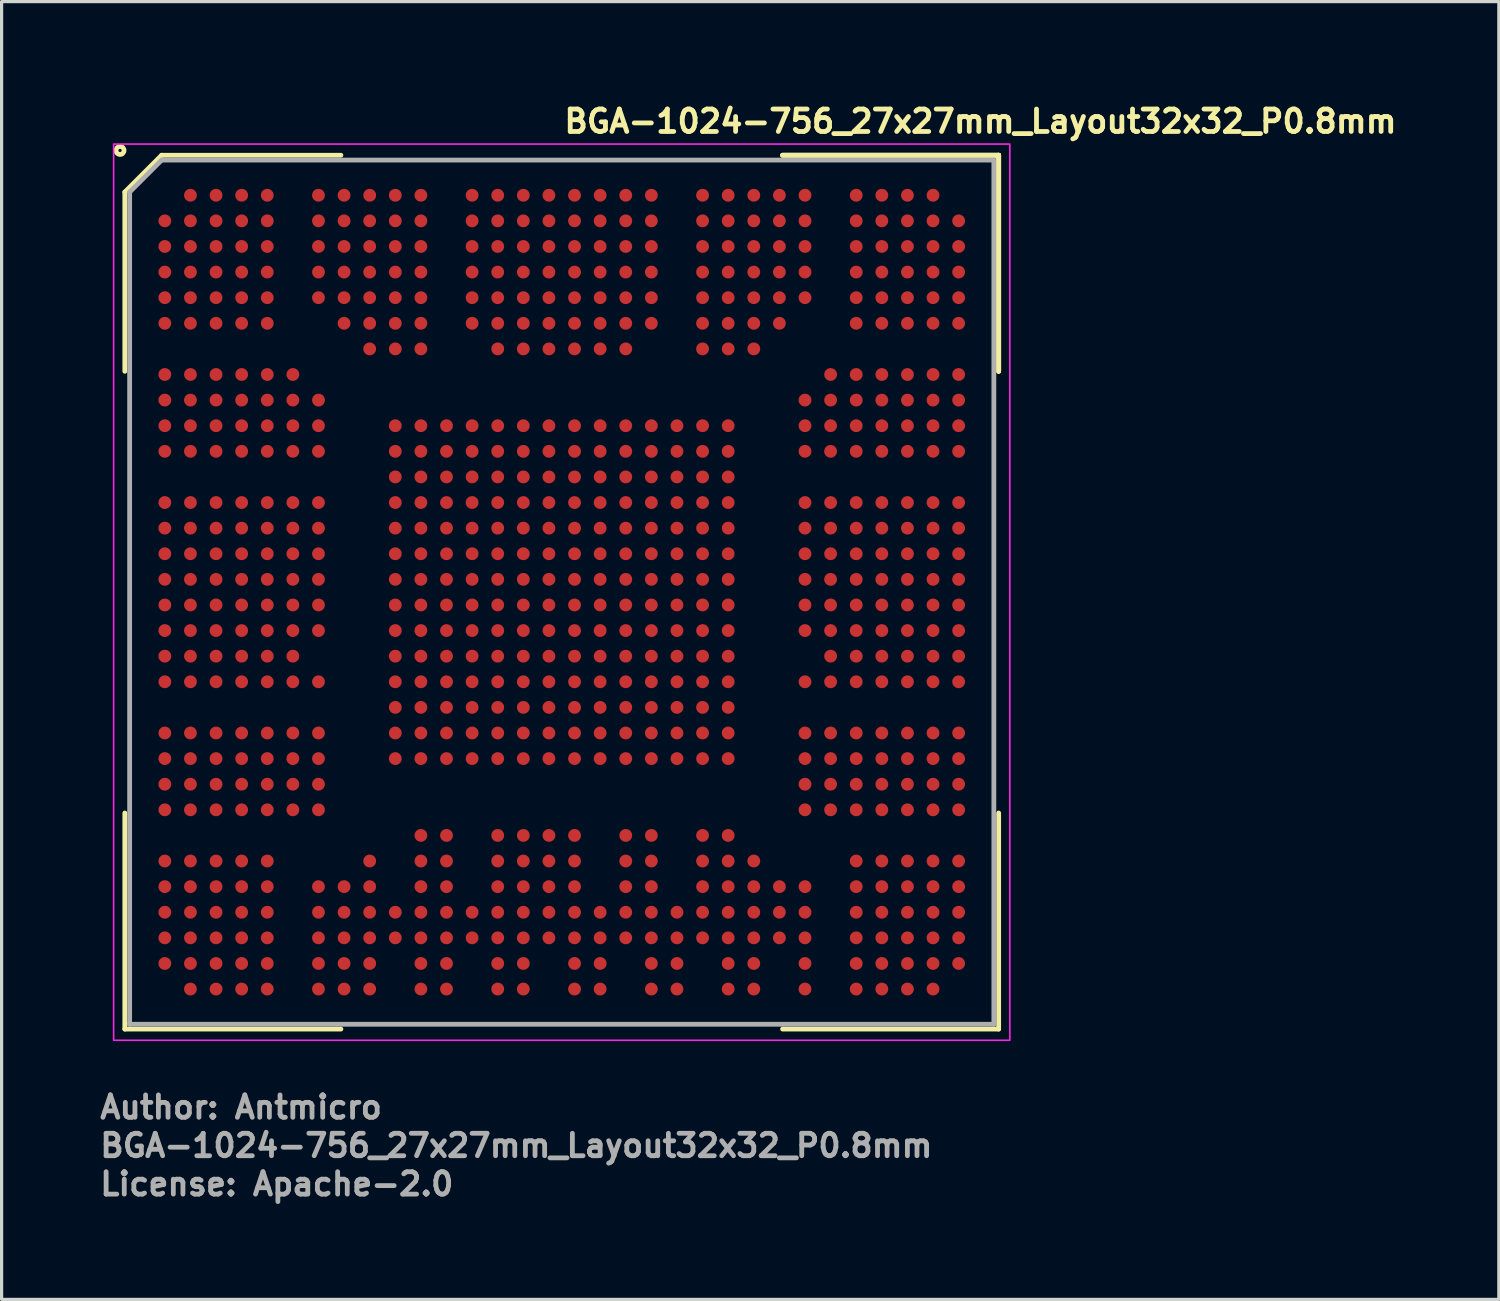
<source format=kicad_pcb>
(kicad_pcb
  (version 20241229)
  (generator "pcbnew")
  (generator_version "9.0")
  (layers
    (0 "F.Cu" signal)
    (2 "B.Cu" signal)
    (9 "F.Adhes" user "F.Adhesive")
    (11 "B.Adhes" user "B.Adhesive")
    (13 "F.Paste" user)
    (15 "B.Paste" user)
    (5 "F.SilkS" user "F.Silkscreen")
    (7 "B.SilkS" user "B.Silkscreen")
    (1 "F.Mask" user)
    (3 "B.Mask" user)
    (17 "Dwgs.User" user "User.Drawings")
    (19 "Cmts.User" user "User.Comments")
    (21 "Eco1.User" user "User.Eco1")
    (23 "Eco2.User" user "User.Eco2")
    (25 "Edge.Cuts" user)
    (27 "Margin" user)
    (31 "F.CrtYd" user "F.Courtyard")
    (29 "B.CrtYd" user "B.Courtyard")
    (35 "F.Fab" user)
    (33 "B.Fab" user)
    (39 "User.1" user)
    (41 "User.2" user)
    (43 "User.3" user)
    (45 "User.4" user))
  (footprint "BGA-1024-756_27x27mm_Layout32x32_P0.8mm"
    (layer "F.Cu")
    (at 14.5 15.45)
    (property "Reference" "BGA-1024-756_27x27mm_Layout32x32_P0.8mm" (at 0 -14.3 0) (layer "F.SilkS") (effects (font (size 0.7 0.7) (thickness 0.15)) (justify left bottom)))
    (attr smd)
    (fp_line (start -13.65 -12.5) (end -13.65 -6.9) (stroke (width 0.15) (type solid)) (layer "F.SilkS"))
    (fp_line (start -13.65 13.65) (end -13.65 6.9) (stroke (width 0.15) (type solid)) (layer "F.SilkS"))
    (fp_line (start -12.5 -13.65) (end -13.65 -12.5) (stroke (width 0.15) (type solid)) (layer "F.SilkS"))
    (fp_line (start -6.9 -13.65) (end -12.5 -13.65) (stroke (width 0.15) (type solid)) (layer "F.SilkS"))
    (fp_line (start -6.9 13.65) (end -13.65 13.65) (stroke (width 0.15) (type solid)) (layer "F.SilkS"))
    (fp_line (start 6.9 -13.65) (end 13.65 -13.65) (stroke (width 0.15) (type solid)) (layer "F.SilkS"))
    (fp_line (start 6.9 -13.65) (end 13.65 -13.65) (stroke (width 0.15) (type solid)) (layer "F.SilkS"))
    (fp_line (start 6.9 -13.65) (end 13.65 -13.65) (stroke (width 0.15) (type solid)) (layer "F.SilkS"))
    (fp_line (start 6.9 13.65) (end 13.65 13.65) (stroke (width 0.15) (type solid)) (layer "F.SilkS"))
    (fp_line (start 13.65 -13.65) (end 13.65 -6.9) (stroke (width 0.15) (type solid)) (layer "F.SilkS"))
    (fp_line (start 13.65 -13.65) (end 13.65 -6.9) (stroke (width 0.15) (type solid)) (layer "F.SilkS"))
    (fp_line (start 13.65 -13.65) (end 13.65 -6.9) (stroke (width 0.15) (type solid)) (layer "F.SilkS"))
    (fp_line (start 13.65 13.65) (end 13.65 6.9) (stroke (width 0.15) (type solid)) (layer "F.SilkS"))
    (fp_circle (center -13.8 -13.8) (end -13.75 -13.8) (stroke (width 0.15) (type solid)) (fill no) (layer "F.SilkS"))
    (fp_rect (start -14 -14) (end 14 14) (stroke (width 0.05) (type solid)) (fill no) (layer "F.CrtYd"))
    (fp_line (start -13.5 -12.5) (end -13.5 13.5) (stroke (width 0.15) (type solid)) (layer "F.Fab"))
    (fp_line (start -13.5 13.5) (end 13.5 13.5) (stroke (width 0.15) (type solid)) (layer "F.Fab"))
    (fp_line (start -12.5 -13.5) (end -13.5 -12.5) (stroke (width 0.15) (type solid)) (layer "F.Fab"))
    (fp_line (start 13.5 -13.5) (end -12.5 -13.5) (stroke (width 0.15) (type solid)) (layer "F.Fab"))
    (fp_line (start 13.5 13.5) (end 13.5 -13.5) (stroke (width 0.15) (type solid)) (layer "F.Fab"))
    (fp_rect (start -13.5 -13.5) (end 13.5 13.5) (stroke (width 0.1) (type solid)) (fill no) (layer "User.5"))
    (fp_line (start -13.5 -13.5) (end -13.5 13) (stroke (width 0.02) (type solid)) (layer "User.9"))
    (fp_line (start -13.5 13) (end -13.475 13.001) (stroke (width 0.02) (type solid)) (layer "User.9"))
    (fp_line (start -13.475 13.001) (end -13.451 13.002) (stroke (width 0.02) (type solid)) (layer "User.9"))
    (fp_line (start -13.451 13.002) (end -13.426 13.005) (stroke (width 0.02) (type solid)) (layer "User.9"))
    (fp_line (start -13.426 13.005) (end -13.402 13.01) (stroke (width 0.02) (type solid)) (layer "User.9"))
    (fp_line (start -13.402 13.01) (end -13.378 13.015) (stroke (width 0.02) (type solid)) (layer "User.9"))
    (fp_line (start -13.378 13.015) (end -13.355 13.022) (stroke (width 0.02) (type solid)) (layer "User.9"))
    (fp_line (start -13.355 13.022) (end -13.331 13.029) (stroke (width 0.02) (type solid)) (layer "User.9"))
    (fp_line (start -13.331 13.029) (end -13.309 13.038) (stroke (width 0.02) (type solid)) (layer "User.9"))
    (fp_line (start -13.309 13.038) (end -13.286 13.048) (stroke (width 0.02) (type solid)) (layer "User.9"))
    (fp_line (start -13.286 13.048) (end -13.265 13.059) (stroke (width 0.02) (type solid)) (layer "User.9"))
    (fp_line (start -13.265 13.059) (end -13.243 13.071) (stroke (width 0.02) (type solid)) (layer "User.9"))
    (fp_line (start -13.243 13.071) (end -13.223 13.084) (stroke (width 0.02) (type solid)) (layer "User.9"))
    (fp_line (start -13.223 13.084) (end -13.203 13.098) (stroke (width 0.02) (type solid)) (layer "User.9"))
    (fp_line (start -13.203 13.098) (end -13.183 13.113) (stroke (width 0.02) (type solid)) (layer "User.9"))
    (fp_line (start -13.183 13.113) (end -13.164 13.129) (stroke (width 0.02) (type solid)) (layer "User.9"))
    (fp_line (start -13.164 13.129) (end -13.146 13.146) (stroke (width 0.02) (type solid)) (layer "User.9"))
    (fp_line (start -13.146 13.146) (end -13.146 13.146) (stroke (width 0.02) (type solid)) (layer "User.9"))
    (fp_line (start -13.146 13.146) (end -13.129 13.164) (stroke (width 0.02) (type solid)) (layer "User.9"))
    (fp_line (start -13.129 13.164) (end -13.113 13.183) (stroke (width 0.02) (type solid)) (layer "User.9"))
    (fp_line (start -13.113 13.183) (end -13.098 13.203) (stroke (width 0.02) (type solid)) (layer "User.9"))
    (fp_line (start -13.098 13.203) (end -13.084 13.223) (stroke (width 0.02) (type solid)) (layer "User.9"))
    (fp_line (start -13.084 13.223) (end -13.071 13.243) (stroke (width 0.02) (type solid)) (layer "User.9"))
    (fp_line (start -13.071 13.243) (end -13.059 13.265) (stroke (width 0.02) (type solid)) (layer "User.9"))
    (fp_line (start -13.059 13.265) (end -13.048 13.286) (stroke (width 0.02) (type solid)) (layer "User.9"))
    (fp_line (start -13.048 13.286) (end -13.038 13.309) (stroke (width 0.02) (type solid)) (layer "User.9"))
    (fp_line (start -13.038 13.309) (end -13.029 13.331) (stroke (width 0.02) (type solid)) (layer "User.9"))
    (fp_line (start -13.029 13.331) (end -13.022 13.355) (stroke (width 0.02) (type solid)) (layer "User.9"))
    (fp_line (start -13.022 13.355) (end -13.015 13.378) (stroke (width 0.02) (type solid)) (layer "User.9"))
    (fp_line (start -13.015 13.378) (end -13.01 13.402) (stroke (width 0.02) (type solid)) (layer "User.9"))
    (fp_line (start -13.01 13.402) (end -13.005 13.426) (stroke (width 0.02) (type solid)) (layer "User.9"))
    (fp_line (start -13.005 13.426) (end -13.002 13.451) (stroke (width 0.02) (type solid)) (layer "User.9"))
    (fp_line (start -13.002 13.451) (end -13.001 13.475) (stroke (width 0.02) (type solid)) (layer "User.9"))
    (fp_line (start -13.001 13.475) (end -13 13.5) (stroke (width 0.02) (type solid)) (layer "User.9"))
    (fp_line (start -13 13.5) (end 13 13.5) (stroke (width 0.02) (type solid)) (layer "User.9"))
    (fp_line (start -11.75 -6.75) (end -11.75 6.75) (stroke (width 0.02) (type solid)) (layer "User.9"))
    (fp_line (start -11.75 6.75) (end -6.75 11.75) (stroke (width 0.02) (type solid)) (layer "User.9"))
    (fp_line (start -9.95 -6.004) (end -11.75 -6.75) (stroke (width 0.02) (type solid)) (layer "User.9"))
    (fp_line (start -9.95 -6.004) (end -9.95 6.004) (stroke (width 0.02) (type solid)) (layer "User.9"))
    (fp_line (start -9.95 6.004) (end -11.75 6.75) (stroke (width 0.02) (type solid)) (layer "User.9"))
    (fp_line (start -9.95 6.004) (end -6.004 9.95) (stroke (width 0.02) (type solid)) (layer "User.9"))
    (fp_line (start -7.182 -6.777) (end -7.182 -6.764) (stroke (width 0.02) (type solid)) (layer "User.9"))
    (fp_line (start -7.182 -6.764) (end -7.181 -6.737) (stroke (width 0.02) (type solid)) (layer "User.9"))
    (fp_line (start -7.181 -6.791) (end -7.182 -6.777) (stroke (width 0.02) (type solid)) (layer "User.9"))
    (fp_line (start -7.181 -6.737) (end -7.179 -6.711) (stroke (width 0.02) (type solid)) (layer "User.9"))
    (fp_line (start -7.18 -6.804) (end -7.181 -6.791) (stroke (width 0.02) (type solid)) (layer "User.9"))
    (fp_line (start -7.179 -6.817) (end -7.18 -6.804) (stroke (width 0.02) (type solid)) (layer "User.9"))
    (fp_line (start -7.179 -6.711) (end -7.174 -6.685) (stroke (width 0.02) (type solid)) (layer "User.9"))
    (fp_line (start -7.177 -6.83) (end -7.179 -6.817) (stroke (width 0.02) (type solid)) (layer "User.9"))
    (fp_line (start -7.174 -6.843) (end -7.177 -6.83) (stroke (width 0.02) (type solid)) (layer "User.9"))
    (fp_line (start -7.174 -6.685) (end -7.168 -6.66) (stroke (width 0.02) (type solid)) (layer "User.9"))
    (fp_line (start -7.172 -6.856) (end -7.174 -6.843) (stroke (width 0.02) (type solid)) (layer "User.9"))
    (fp_line (start -7.168 -6.868) (end -7.172 -6.856) (stroke (width 0.02) (type solid)) (layer "User.9"))
    (fp_line (start -7.168 -6.66) (end -7.161 -6.635) (stroke (width 0.02) (type solid)) (layer "User.9"))
    (fp_line (start -7.165 -6.881) (end -7.168 -6.868) (stroke (width 0.02) (type solid)) (layer "User.9"))
    (fp_line (start -7.161 -6.893) (end -7.165 -6.881) (stroke (width 0.02) (type solid)) (layer "User.9"))
    (fp_line (start -7.161 -6.635) (end -7.152 -6.61) (stroke (width 0.02) (type solid)) (layer "User.9"))
    (fp_line (start -7.156 -6.905) (end -7.161 -6.893) (stroke (width 0.02) (type solid)) (layer "User.9"))
    (fp_line (start -7.152 -6.917) (end -7.156 -6.905) (stroke (width 0.02) (type solid)) (layer "User.9"))
    (fp_line (start -7.152 -6.61) (end -7.141 -6.587) (stroke (width 0.02) (type solid)) (layer "User.9"))
    (fp_line (start -7.146 -6.929) (end -7.152 -6.917) (stroke (width 0.02) (type solid)) (layer "User.9"))
    (fp_line (start -7.141 -6.941) (end -7.146 -6.929) (stroke (width 0.02) (type solid)) (layer "User.9"))
    (fp_line (start -7.141 -6.587) (end -7.129 -6.564) (stroke (width 0.02) (type solid)) (layer "User.9"))
    (fp_line (start -7.135 -6.953) (end -7.141 -6.941) (stroke (width 0.02) (type solid)) (layer "User.9"))
    (fp_line (start -7.129 -6.964) (end -7.135 -6.953) (stroke (width 0.02) (type solid)) (layer "User.9"))
    (fp_line (start -7.129 -6.564) (end -7.115 -6.542) (stroke (width 0.02) (type solid)) (layer "User.9"))
    (fp_line (start -7.122 -6.975) (end -7.129 -6.964) (stroke (width 0.02) (type solid)) (layer "User.9"))
    (fp_line (start -7.115 -6.986) (end -7.122 -6.975) (stroke (width 0.02) (type solid)) (layer "User.9"))
    (fp_line (start -7.115 -6.542) (end -7.1 -6.521) (stroke (width 0.02) (type solid)) (layer "User.9"))
    (fp_line (start -7.108 -6.997) (end -7.115 -6.986) (stroke (width 0.02) (type solid)) (layer "User.9"))
    (fp_line (start -7.1 -7.007) (end -7.108 -6.997) (stroke (width 0.02) (type solid)) (layer "User.9"))
    (fp_line (start -7.1 -6.521) (end -7.083 -6.501) (stroke (width 0.02) (type solid)) (layer "User.9"))
    (fp_line (start -7.092 -7.017) (end -7.1 -7.007) (stroke (width 0.02) (type solid)) (layer "User.9"))
    (fp_line (start -7.083 -7.027) (end -7.092 -7.017) (stroke (width 0.02) (type solid)) (layer "User.9"))
    (fp_line (start -7.083 -6.501) (end -7.066 -6.482) (stroke (width 0.02) (type solid)) (layer "User.9"))
    (fp_line (start -7.075 -7.037) (end -7.083 -7.027) (stroke (width 0.02) (type solid)) (layer "User.9"))
    (fp_line (start -7.066 -7.046) (end -7.075 -7.037) (stroke (width 0.02) (type solid)) (layer "User.9"))
    (fp_line (start -7.066 -6.482) (end -7.047 -6.464) (stroke (width 0.02) (type solid)) (layer "User.9"))
    (fp_line (start -7.056 -7.055) (end -7.066 -7.046) (stroke (width 0.02) (type solid)) (layer "User.9"))
    (fp_line (start -7.047 -7.064) (end -7.056 -7.055) (stroke (width 0.02) (type solid)) (layer "User.9"))
    (fp_line (start -7.047 -6.464) (end -7.026 -6.447) (stroke (width 0.02) (type solid)) (layer "User.9"))
    (fp_line (start -7.037 -7.073) (end -7.047 -7.064) (stroke (width 0.02) (type solid)) (layer "User.9"))
    (fp_line (start -7.026 -7.081) (end -7.037 -7.073) (stroke (width 0.02) (type solid)) (layer "User.9"))
    (fp_line (start -7.026 -6.447) (end -7.005 -6.432) (stroke (width 0.02) (type solid)) (layer "User.9"))
    (fp_line (start -7.016 -7.089) (end -7.026 -7.081) (stroke (width 0.02) (type solid)) (layer "User.9"))
    (fp_line (start -7.005 -7.096) (end -7.016 -7.089) (stroke (width 0.02) (type solid)) (layer "User.9"))
    (fp_line (start -7.005 -6.432) (end -6.982 -6.417) (stroke (width 0.02) (type solid)) (layer "User.9"))
    (fp_line (start -6.994 -7.103) (end -7.005 -7.096) (stroke (width 0.02) (type solid)) (layer "User.9"))
    (fp_line (start -6.982 -7.11) (end -6.994 -7.103) (stroke (width 0.02) (type solid)) (layer "User.9"))
    (fp_line (start -6.982 -7.11) (end -6.982 -7.11) (stroke (width 0.02) (type solid)) (layer "User.9"))
    (fp_line (start -6.982 -6.417) (end -6.982 -6.417) (stroke (width 0.02) (type solid)) (layer "User.9"))
    (fp_line (start -6.982 -6.417) (end -6.959 -6.405) (stroke (width 0.02) (type solid)) (layer "User.9"))
    (fp_line (start -6.959 -7.123) (end -6.982 -7.11) (stroke (width 0.02) (type solid)) (layer "User.9"))
    (fp_line (start -6.959 -6.405) (end -6.935 -6.394) (stroke (width 0.02) (type solid)) (layer "User.9"))
    (fp_line (start -6.935 -7.134) (end -6.959 -7.123) (stroke (width 0.02) (type solid)) (layer "User.9"))
    (fp_line (start -6.935 -6.394) (end -6.91 -6.385) (stroke (width 0.02) (type solid)) (layer "User.9"))
    (fp_line (start -6.91 -7.143) (end -6.935 -7.134) (stroke (width 0.02) (type solid)) (layer "User.9"))
    (fp_line (start -6.91 -6.385) (end -6.885 -6.377) (stroke (width 0.02) (type solid)) (layer "User.9"))
    (fp_line (start -6.885 -7.15) (end -6.91 -7.143) (stroke (width 0.02) (type solid)) (layer "User.9"))
    (fp_line (start -6.885 -6.377) (end -6.86 -6.371) (stroke (width 0.02) (type solid)) (layer "User.9"))
    (fp_line (start -6.86 -7.156) (end -6.885 -7.15) (stroke (width 0.02) (type solid)) (layer "User.9"))
    (fp_line (start -6.86 -6.371) (end -6.834 -6.367) (stroke (width 0.02) (type solid)) (layer "User.9"))
    (fp_line (start -6.834 -7.161) (end -6.86 -7.156) (stroke (width 0.02) (type solid)) (layer "User.9"))
    (fp_line (start -6.834 -6.367) (end -6.808 -6.365) (stroke (width 0.02) (type solid)) (layer "User.9"))
    (fp_line (start -6.808 -7.163) (end -6.834 -7.161) (stroke (width 0.02) (type solid)) (layer "User.9"))
    (fp_line (start -6.808 -6.365) (end -6.782 -6.364) (stroke (width 0.02) (type solid)) (layer "User.9"))
    (fp_line (start -6.782 -7.164) (end -6.808 -7.163) (stroke (width 0.02) (type solid)) (layer "User.9"))
    (fp_line (start -6.782 -6.364) (end -6.756 -6.365) (stroke (width 0.02) (type solid)) (layer "User.9"))
    (fp_line (start -6.756 -7.163) (end -6.782 -7.164) (stroke (width 0.02) (type solid)) (layer "User.9"))
    (fp_line (start -6.756 -6.365) (end -6.731 -6.367) (stroke (width 0.02) (type solid)) (layer "User.9"))
    (fp_line (start -6.75 -11.75) (end -11.75 -6.75) (stroke (width 0.02) (type solid)) (layer "User.9"))
    (fp_line (start -6.75 -11.75) (end -6.004 -9.95) (stroke (width 0.02) (type solid)) (layer "User.9"))
    (fp_line (start -6.75 11.75) (end 6.75 11.75) (stroke (width 0.02) (type solid)) (layer "User.9"))
    (fp_line (start -6.731 -7.161) (end -6.756 -7.163) (stroke (width 0.02) (type solid)) (layer "User.9"))
    (fp_line (start -6.731 -6.367) (end -6.705 -6.371) (stroke (width 0.02) (type solid)) (layer "User.9"))
    (fp_line (start -6.705 -7.156) (end -6.731 -7.161) (stroke (width 0.02) (type solid)) (layer "User.9"))
    (fp_line (start -6.705 -6.371) (end -6.68 -6.377) (stroke (width 0.02) (type solid)) (layer "User.9"))
    (fp_line (start -6.68 -7.15) (end -6.705 -7.156) (stroke (width 0.02) (type solid)) (layer "User.9"))
    (fp_line (start -6.68 -6.377) (end -6.654 -6.385) (stroke (width 0.02) (type solid)) (layer "User.9"))
    (fp_line (start -6.654 -7.143) (end -6.68 -7.15) (stroke (width 0.02) (type solid)) (layer "User.9"))
    (fp_line (start -6.654 -6.385) (end -6.63 -6.394) (stroke (width 0.02) (type solid)) (layer "User.9"))
    (fp_line (start -6.63 -7.134) (end -6.654 -7.143) (stroke (width 0.02) (type solid)) (layer "User.9"))
    (fp_line (start -6.63 -6.394) (end -6.606 -6.405) (stroke (width 0.02) (type solid)) (layer "User.9"))
    (fp_line (start -6.606 -7.123) (end -6.63 -7.134) (stroke (width 0.02) (type solid)) (layer "User.9"))
    (fp_line (start -6.606 -6.405) (end -6.582 -6.417) (stroke (width 0.02) (type solid)) (layer "User.9"))
    (fp_line (start -6.582 -7.11) (end -6.606 -7.123) (stroke (width 0.02) (type solid)) (layer "User.9"))
    (fp_line (start -6.582 -7.11) (end -6.582 -7.11) (stroke (width 0.02) (type solid)) (layer "User.9"))
    (fp_line (start -6.582 -6.417) (end -6.582 -6.417) (stroke (width 0.02) (type solid)) (layer "User.9"))
    (fp_line (start -6.582 -6.417) (end -6.571 -6.424) (stroke (width 0.02) (type solid)) (layer "User.9"))
    (fp_line (start -6.571 -6.424) (end -6.56 -6.432) (stroke (width 0.02) (type solid)) (layer "User.9"))
    (fp_line (start -6.56 -7.096) (end -6.582 -7.11) (stroke (width 0.02) (type solid)) (layer "User.9"))
    (fp_line (start -6.56 -6.432) (end -6.549 -6.439) (stroke (width 0.02) (type solid)) (layer "User.9"))
    (fp_line (start -6.549 -6.439) (end -6.538 -6.447) (stroke (width 0.02) (type solid)) (layer "User.9"))
    (fp_line (start -6.538 -7.081) (end -6.56 -7.096) (stroke (width 0.02) (type solid)) (layer "User.9"))
    (fp_line (start -6.538 -6.447) (end -6.528 -6.455) (stroke (width 0.02) (type solid)) (layer "User.9"))
    (fp_line (start -6.528 -6.455) (end -6.518 -6.464) (stroke (width 0.02) (type solid)) (layer "User.9"))
    (fp_line (start -6.518 -7.064) (end -6.538 -7.081) (stroke (width 0.02) (type solid)) (layer "User.9"))
    (fp_line (start -6.518 -6.464) (end -6.508 -6.473) (stroke (width 0.02) (type solid)) (layer "User.9"))
    (fp_line (start -6.508 -6.473) (end -6.499 -6.482) (stroke (width 0.02) (type solid)) (layer "User.9"))
    (fp_line (start -6.499 -7.046) (end -6.518 -7.064) (stroke (width 0.02) (type solid)) (layer "User.9"))
    (fp_line (start -6.499 -6.482) (end -6.49 -6.491) (stroke (width 0.02) (type solid)) (layer "User.9"))
    (fp_line (start -6.49 -6.491) (end -6.481 -6.501) (stroke (width 0.02) (type solid)) (layer "User.9"))
    (fp_line (start -6.481 -7.027) (end -6.499 -7.046) (stroke (width 0.02) (type solid)) (layer "User.9"))
    (fp_line (start -6.481 -6.501) (end -6.473 -6.511) (stroke (width 0.02) (type solid)) (layer "User.9"))
    (fp_line (start -6.473 -6.511) (end -6.465 -6.521) (stroke (width 0.02) (type solid)) (layer "User.9"))
    (fp_line (start -6.465 -7.007) (end -6.481 -7.027) (stroke (width 0.02) (type solid)) (layer "User.9"))
    (fp_line (start -6.465 -6.521) (end -6.457 -6.531) (stroke (width 0.02) (type solid)) (layer "User.9"))
    (fp_line (start -6.457 -6.531) (end -6.449 -6.542) (stroke (width 0.02) (type solid)) (layer "User.9"))
    (fp_line (start -6.449 -6.986) (end -6.465 -7.007) (stroke (width 0.02) (type solid)) (layer "User.9"))
    (fp_line (start -6.449 -6.542) (end -6.442 -6.553) (stroke (width 0.02) (type solid)) (layer "User.9"))
    (fp_line (start -6.442 -6.553) (end -6.436 -6.564) (stroke (width 0.02) (type solid)) (layer "User.9"))
    (fp_line (start -6.436 -6.964) (end -6.449 -6.986) (stroke (width 0.02) (type solid)) (layer "User.9"))
    (fp_line (start -6.436 -6.564) (end -6.429 -6.575) (stroke (width 0.02) (type solid)) (layer "User.9"))
    (fp_line (start -6.429 -6.575) (end -6.424 -6.587) (stroke (width 0.02) (type solid)) (layer "User.9"))
    (fp_line (start -6.424 -6.941) (end -6.436 -6.964) (stroke (width 0.02) (type solid)) (layer "User.9"))
    (fp_line (start -6.424 -6.587) (end -6.418 -6.598) (stroke (width 0.02) (type solid)) (layer "User.9"))
    (fp_line (start -6.418 -6.598) (end -6.413 -6.61) (stroke (width 0.02) (type solid)) (layer "User.9"))
    (fp_line (start -6.413 -6.917) (end -6.424 -6.941) (stroke (width 0.02) (type solid)) (layer "User.9"))
    (fp_line (start -6.413 -6.61) (end -6.408 -6.622) (stroke (width 0.02) (type solid)) (layer "User.9"))
    (fp_line (start -6.408 -6.622) (end -6.404 -6.635) (stroke (width 0.02) (type solid)) (layer "User.9"))
    (fp_line (start -6.404 -6.893) (end -6.413 -6.917) (stroke (width 0.02) (type solid)) (layer "User.9"))
    (fp_line (start -6.404 -6.635) (end -6.4 -6.647) (stroke (width 0.02) (type solid)) (layer "User.9"))
    (fp_line (start -6.4 -6.647) (end -6.396 -6.66) (stroke (width 0.02) (type solid)) (layer "User.9"))
    (fp_line (start -6.396 -6.868) (end -6.404 -6.893) (stroke (width 0.02) (type solid)) (layer "User.9"))
    (fp_line (start -6.396 -6.66) (end -6.393 -6.672) (stroke (width 0.02) (type solid)) (layer "User.9"))
    (fp_line (start -6.393 -6.672) (end -6.39 -6.685) (stroke (width 0.02) (type solid)) (layer "User.9"))
    (fp_line (start -6.39 -6.843) (end -6.396 -6.868) (stroke (width 0.02) (type solid)) (layer "User.9"))
    (fp_line (start -6.39 -6.685) (end -6.388 -6.698) (stroke (width 0.02) (type solid)) (layer "User.9"))
    (fp_line (start -6.388 -6.698) (end -6.386 -6.711) (stroke (width 0.02) (type solid)) (layer "User.9"))
    (fp_line (start -6.386 -6.817) (end -6.39 -6.843) (stroke (width 0.02) (type solid)) (layer "User.9"))
    (fp_line (start -6.386 -6.711) (end -6.384 -6.724) (stroke (width 0.02) (type solid)) (layer "User.9"))
    (fp_line (start -6.384 -6.724) (end -6.383 -6.737) (stroke (width 0.02) (type solid)) (layer "User.9"))
    (fp_line (start -6.383 -6.791) (end -6.386 -6.817) (stroke (width 0.02) (type solid)) (layer "User.9"))
    (fp_line (start -6.383 -6.737) (end -6.382 -6.751) (stroke (width 0.02) (type solid)) (layer "User.9"))
    (fp_line (start -6.382 -6.764) (end -6.383 -6.791) (stroke (width 0.02) (type solid)) (layer "User.9"))
    (fp_line (start -6.382 -6.751) (end -6.382 -6.764) (stroke (width 0.02) (type solid)) (layer "User.9"))
    (fp_line (start -6.004 -9.95) (end -9.95 -6.004) (stroke (width 0.02) (type solid)) (layer "User.9"))
    (fp_line (start -6.004 9.95) (end -6.75 11.75) (stroke (width 0.02) (type solid)) (layer "User.9"))
    (fp_line (start -6.004 9.95) (end 6.004 9.95) (stroke (width 0.02) (type solid)) (layer "User.9"))
    (fp_line (start 6.004 -9.95) (end -6.004 -9.95) (stroke (width 0.02) (type solid)) (layer "User.9"))
    (fp_line (start 6.004 9.95) (end 6.75 11.75) (stroke (width 0.02) (type solid)) (layer "User.9"))
    (fp_line (start 6.004 9.95) (end 9.95 6.004) (stroke (width 0.02) (type solid)) (layer "User.9"))
    (fp_line (start 6.75 -11.75) (end -6.75 -11.75) (stroke (width 0.02) (type solid)) (layer "User.9"))
    (fp_line (start 6.75 -11.75) (end 6.004 -9.95) (stroke (width 0.02) (type solid)) (layer "User.9"))
    (fp_line (start 6.75 11.75) (end 11.75 6.75) (stroke (width 0.02) (type solid)) (layer "User.9"))
    (fp_line (start 9.95 -6.004) (end 6.004 -9.95) (stroke (width 0.02) (type solid)) (layer "User.9"))
    (fp_line (start 9.95 6.004) (end 9.95 -6.004) (stroke (width 0.02) (type solid)) (layer "User.9"))
    (fp_line (start 11.75 -6.75) (end 6.75 -11.75) (stroke (width 0.02) (type solid)) (layer "User.9"))
    (fp_line (start 11.75 -6.75) (end 9.95 -6.004) (stroke (width 0.02) (type solid)) (layer "User.9"))
    (fp_line (start 11.75 6.75) (end 9.95 6.004) (stroke (width 0.02) (type solid)) (layer "User.9"))
    (fp_line (start 11.75 6.75) (end 11.75 -6.75) (stroke (width 0.02) (type solid)) (layer "User.9"))
    (fp_line (start 13 -13.5) (end -13.5 -13.5) (stroke (width 0.02) (type solid)) (layer "User.9"))
    (fp_line (start 13 13.5) (end 13.001 13.475) (stroke (width 0.02) (type solid)) (layer "User.9"))
    (fp_line (start 13.001 -13.475) (end 13 -13.5) (stroke (width 0.02) (type solid)) (layer "User.9"))
    (fp_line (start 13.001 13.475) (end 13.002 13.451) (stroke (width 0.02) (type solid)) (layer "User.9"))
    (fp_line (start 13.002 -13.451) (end 13.001 -13.475) (stroke (width 0.02) (type solid)) (layer "User.9"))
    (fp_line (start 13.002 13.451) (end 13.005 13.426) (stroke (width 0.02) (type solid)) (layer "User.9"))
    (fp_line (start 13.005 -13.426) (end 13.002 -13.451) (stroke (width 0.02) (type solid)) (layer "User.9"))
    (fp_line (start 13.005 13.426) (end 13.01 13.402) (stroke (width 0.02) (type solid)) (layer "User.9"))
    (fp_line (start 13.01 -13.402) (end 13.005 -13.426) (stroke (width 0.02) (type solid)) (layer "User.9"))
    (fp_line (start 13.01 13.402) (end 13.015 13.378) (stroke (width 0.02) (type solid)) (layer "User.9"))
    (fp_line (start 13.015 -13.378) (end 13.01 -13.402) (stroke (width 0.02) (type solid)) (layer "User.9"))
    (fp_line (start 13.015 13.378) (end 13.022 13.355) (stroke (width 0.02) (type solid)) (layer "User.9"))
    (fp_line (start 13.022 -13.355) (end 13.015 -13.378) (stroke (width 0.02) (type solid)) (layer "User.9"))
    (fp_line (start 13.022 13.355) (end 13.029 13.331) (stroke (width 0.02) (type solid)) (layer "User.9"))
    (fp_line (start 13.029 -13.331) (end 13.022 -13.355) (stroke (width 0.02) (type solid)) (layer "User.9"))
    (fp_line (start 13.029 13.331) (end 13.038 13.309) (stroke (width 0.02) (type solid)) (layer "User.9"))
    (fp_line (start 13.038 -13.309) (end 13.029 -13.331) (stroke (width 0.02) (type solid)) (layer "User.9"))
    (fp_line (start 13.038 13.309) (end 13.048 13.286) (stroke (width 0.02) (type solid)) (layer "User.9"))
    (fp_line (start 13.048 -13.286) (end 13.038 -13.309) (stroke (width 0.02) (type solid)) (layer "User.9"))
    (fp_line (start 13.048 13.286) (end 13.059 13.265) (stroke (width 0.02) (type solid)) (layer "User.9"))
    (fp_line (start 13.059 -13.265) (end 13.048 -13.286) (stroke (width 0.02) (type solid)) (layer "User.9"))
    (fp_line (start 13.059 13.265) (end 13.071 13.243) (stroke (width 0.02) (type solid)) (layer "User.9"))
    (fp_line (start 13.071 -13.243) (end 13.059 -13.265) (stroke (width 0.02) (type solid)) (layer "User.9"))
    (fp_line (start 13.071 13.243) (end 13.084 13.223) (stroke (width 0.02) (type solid)) (layer "User.9"))
    (fp_line (start 13.084 -13.223) (end 13.071 -13.243) (stroke (width 0.02) (type solid)) (layer "User.9"))
    (fp_line (start 13.084 13.223) (end 13.098 13.203) (stroke (width 0.02) (type solid)) (layer "User.9"))
    (fp_line (start 13.098 -13.203) (end 13.084 -13.223) (stroke (width 0.02) (type solid)) (layer "User.9"))
    (fp_line (start 13.098 13.203) (end 13.113 13.183) (stroke (width 0.02) (type solid)) (layer "User.9"))
    (fp_line (start 13.113 -13.183) (end 13.098 -13.203) (stroke (width 0.02) (type solid)) (layer "User.9"))
    (fp_line (start 13.113 13.183) (end 13.129 13.164) (stroke (width 0.02) (type solid)) (layer "User.9"))
    (fp_line (start 13.129 -13.164) (end 13.113 -13.183) (stroke (width 0.02) (type solid)) (layer "User.9"))
    (fp_line (start 13.129 13.164) (end 13.146 13.146) (stroke (width 0.02) (type solid)) (layer "User.9"))
    (fp_line (start 13.146 -13.146) (end 13.129 -13.164) (stroke (width 0.02) (type solid)) (layer "User.9"))
    (fp_line (start 13.146 -13.146) (end 13.146 -13.146) (stroke (width 0.02) (type solid)) (layer "User.9"))
    (fp_line (start 13.146 13.146) (end 13.146 13.146) (stroke (width 0.02) (type solid)) (layer "User.9"))
    (fp_line (start 13.146 13.146) (end 13.164 13.129) (stroke (width 0.02) (type solid)) (layer "User.9"))
    (fp_line (start 13.164 -13.129) (end 13.146 -13.146) (stroke (width 0.02) (type solid)) (layer "User.9"))
    (fp_line (start 13.164 13.129) (end 13.183 13.113) (stroke (width 0.02) (type solid)) (layer "User.9"))
    (fp_line (start 13.183 -13.113) (end 13.164 -13.129) (stroke (width 0.02) (type solid)) (layer "User.9"))
    (fp_line (start 13.183 13.113) (end 13.203 13.098) (stroke (width 0.02) (type solid)) (layer "User.9"))
    (fp_line (start 13.203 -13.098) (end 13.183 -13.113) (stroke (width 0.02) (type solid)) (layer "User.9"))
    (fp_line (start 13.203 13.098) (end 13.223 13.084) (stroke (width 0.02) (type solid)) (layer "User.9"))
    (fp_line (start 13.223 -13.084) (end 13.203 -13.098) (stroke (width 0.02) (type solid)) (layer "User.9"))
    (fp_line (start 13.223 13.084) (end 13.243 13.071) (stroke (width 0.02) (type solid)) (layer "User.9"))
    (fp_line (start 13.243 -13.071) (end 13.223 -13.084) (stroke (width 0.02) (type solid)) (layer "User.9"))
    (fp_line (start 13.243 13.071) (end 13.265 13.059) (stroke (width 0.02) (type solid)) (layer "User.9"))
    (fp_line (start 13.265 -13.059) (end 13.243 -13.071) (stroke (width 0.02) (type solid)) (layer "User.9"))
    (fp_line (start 13.265 13.059) (end 13.286 13.048) (stroke (width 0.02) (type solid)) (layer "User.9"))
    (fp_line (start 13.286 -13.048) (end 13.265 -13.059) (stroke (width 0.02) (type solid)) (layer "User.9"))
    (fp_line (start 13.286 13.048) (end 13.309 13.038) (stroke (width 0.02) (type solid)) (layer "User.9"))
    (fp_line (start 13.309 -13.038) (end 13.286 -13.048) (stroke (width 0.02) (type solid)) (layer "User.9"))
    (fp_line (start 13.309 13.038) (end 13.331 13.029) (stroke (width 0.02) (type solid)) (layer "User.9"))
    (fp_line (start 13.331 -13.029) (end 13.309 -13.038) (stroke (width 0.02) (type solid)) (layer "User.9"))
    (fp_line (start 13.331 13.029) (end 13.355 13.022) (stroke (width 0.02) (type solid)) (layer "User.9"))
    (fp_line (start 13.355 -13.022) (end 13.331 -13.029) (stroke (width 0.02) (type solid)) (layer "User.9"))
    (fp_line (start 13.355 13.022) (end 13.378 13.015) (stroke (width 0.02) (type solid)) (layer "User.9"))
    (fp_line (start 13.378 -13.015) (end 13.355 -13.022) (stroke (width 0.02) (type solid)) (layer "User.9"))
    (fp_line (start 13.378 13.015) (end 13.402 13.01) (stroke (width 0.02) (type solid)) (layer "User.9"))
    (fp_line (start 13.402 -13.01) (end 13.378 -13.015) (stroke (width 0.02) (type solid)) (layer "User.9"))
    (fp_line (start 13.402 13.01) (end 13.426 13.005) (stroke (width 0.02) (type solid)) (layer "User.9"))
    (fp_line (start 13.426 -13.005) (end 13.402 -13.01) (stroke (width 0.02) (type solid)) (layer "User.9"))
    (fp_line (start 13.426 13.005) (end 13.451 13.002) (stroke (width 0.02) (type solid)) (layer "User.9"))
    (fp_line (start 13.451 -13.002) (end 13.426 -13.005) (stroke (width 0.02) (type solid)) (layer "User.9"))
    (fp_line (start 13.451 13.002) (end 13.475 13.001) (stroke (width 0.02) (type solid)) (layer "User.9"))
    (fp_line (start 13.475 -13.001) (end 13.451 -13.002) (stroke (width 0.02) (type solid)) (layer "User.9"))
    (fp_line (start 13.475 13.001) (end 13.5 13) (stroke (width 0.02) (type solid)) (layer "User.9"))
    (fp_line (start 13.5 -13) (end 13.475 -13.001) (stroke (width 0.02) (type solid)) (layer "User.9"))
    (fp_line (start 13.5 13) (end 13.5 -13) (stroke (width 0.02) (type solid)) (layer "User.9"))
    (fp_text user "${REFERENCE}" (at -14.5 17.7 0) (layer "F.Fab") (effects (font (size 0.7 0.7) (thickness 0.15)) (justify left bottom)))
    (fp_text user "License: Apache-2.0" (at -14.5 18.9 0) (layer "F.Fab") (effects (font (size 0.7 0.7) (thickness 0.15)) (justify left bottom)))
    (fp_text user "Author: Antmicro" (at -14.5 16.5 0) (layer "F.Fab") (effects (font (size 0.7 0.7) (thickness 0.15)) (justify left bottom)))
    (pad "A2" smd circle (at -11.6 -12.4) (size 0.4 0.4) (layers "F.Cu" "F.Mask" "F.Paste"))
    (pad "A3" smd circle (at -10.8 -12.4) (size 0.4 0.4) (layers "F.Cu" "F.Mask" "F.Paste"))
    (pad "A4" smd circle (at -10 -12.4) (size 0.4 0.4) (layers "F.Cu" "F.Mask" "F.Paste"))
    (pad "A5" smd circle (at -9.2 -12.4) (size 0.4 0.4) (layers "F.Cu" "F.Mask" "F.Paste"))
    (pad "A7" smd circle (at -7.6 -12.4) (size 0.4 0.4) (layers "F.Cu" "F.Mask" "F.Paste"))
    (pad "A8" smd circle (at -6.8 -12.4) (size 0.4 0.4) (layers "F.Cu" "F.Mask" "F.Paste"))
    (pad "A9" smd circle (at -6 -12.4) (size 0.4 0.4) (layers "F.Cu" "F.Mask" "F.Paste"))
    (pad "A10" smd circle (at -5.2 -12.4) (size 0.4 0.4) (layers "F.Cu" "F.Mask" "F.Paste"))
    (pad "A11" smd circle (at -4.4 -12.4) (size 0.4 0.4) (layers "F.Cu" "F.Mask" "F.Paste"))
    (pad "A13" smd circle (at -2.8 -12.4) (size 0.4 0.4) (layers "F.Cu" "F.Mask" "F.Paste"))
    (pad "A14" smd circle (at -2 -12.4) (size 0.4 0.4) (layers "F.Cu" "F.Mask" "F.Paste"))
    (pad "A15" smd circle (at -1.2 -12.4) (size 0.4 0.4) (layers "F.Cu" "F.Mask" "F.Paste"))
    (pad "A16" smd circle (at -0.4 -12.4) (size 0.4 0.4) (layers "F.Cu" "F.Mask" "F.Paste"))
    (pad "A17" smd circle (at 0.4 -12.4) (size 0.4 0.4) (layers "F.Cu" "F.Mask" "F.Paste"))
    (pad "A18" smd circle (at 1.2 -12.4) (size 0.4 0.4) (layers "F.Cu" "F.Mask" "F.Paste"))
    (pad "A19" smd circle (at 2 -12.4) (size 0.4 0.4) (layers "F.Cu" "F.Mask" "F.Paste"))
    (pad "A20" smd circle (at 2.8 -12.4) (size 0.4 0.4) (layers "F.Cu" "F.Mask" "F.Paste"))
    (pad "A22" smd circle (at 4.4 -12.4) (size 0.4 0.4) (layers "F.Cu" "F.Mask" "F.Paste"))
    (pad "A23" smd circle (at 5.2 -12.4) (size 0.4 0.4) (layers "F.Cu" "F.Mask" "F.Paste"))
    (pad "A24" smd circle (at 6 -12.4) (size 0.4 0.4) (layers "F.Cu" "F.Mask" "F.Paste"))
    (pad "A25" smd circle (at 6.8 -12.4) (size 0.4 0.4) (layers "F.Cu" "F.Mask" "F.Paste"))
    (pad "A26" smd circle (at 7.6 -12.4) (size 0.4 0.4) (layers "F.Cu" "F.Mask" "F.Paste"))
    (pad "A28" smd circle (at 9.2 -12.4) (size 0.4 0.4) (layers "F.Cu" "F.Mask" "F.Paste"))
    (pad "A29" smd circle (at 10 -12.4) (size 0.4 0.4) (layers "F.Cu" "F.Mask" "F.Paste"))
    (pad "A30" smd circle (at 10.8 -12.4) (size 0.4 0.4) (layers "F.Cu" "F.Mask" "F.Paste"))
    (pad "A31" smd circle (at 11.6 -12.4) (size 0.4 0.4) (layers "F.Cu" "F.Mask" "F.Paste"))
    (pad "AA10" smd circle (at -5.2 3.6) (size 0.4 0.4) (layers "F.Cu" "F.Mask" "F.Paste"))
    (pad "AA11" smd circle (at -4.4 3.6) (size 0.4 0.4) (layers "F.Cu" "F.Mask" "F.Paste"))
    (pad "AA12" smd circle (at -3.6 3.6) (size 0.4 0.4) (layers "F.Cu" "F.Mask" "F.Paste"))
    (pad "AA13" smd circle (at -2.8 3.6) (size 0.4 0.4) (layers "F.Cu" "F.Mask" "F.Paste"))
    (pad "AA14" smd circle (at -2 3.6) (size 0.4 0.4) (layers "F.Cu" "F.Mask" "F.Paste"))
    (pad "AA15" smd circle (at -1.2 3.6) (size 0.4 0.4) (layers "F.Cu" "F.Mask" "F.Paste"))
    (pad "AA16" smd circle (at -0.4 3.6) (size 0.4 0.4) (layers "F.Cu" "F.Mask" "F.Paste"))
    (pad "AA17" smd circle (at 0.4 3.6) (size 0.4 0.4) (layers "F.Cu" "F.Mask" "F.Paste"))
    (pad "AA18" smd circle (at 1.2 3.6) (size 0.4 0.4) (layers "F.Cu" "F.Mask" "F.Paste"))
    (pad "AA19" smd circle (at 2 3.6) (size 0.4 0.4) (layers "F.Cu" "F.Mask" "F.Paste"))
    (pad "AA20" smd circle (at 2.8 3.6) (size 0.4 0.4) (layers "F.Cu" "F.Mask" "F.Paste"))
    (pad "AA21" smd circle (at 3.6 3.6) (size 0.4 0.4) (layers "F.Cu" "F.Mask" "F.Paste"))
    (pad "AA22" smd circle (at 4.4 3.6) (size 0.4 0.4) (layers "F.Cu" "F.Mask" "F.Paste"))
    (pad "AA23" smd circle (at 5.2 3.6) (size 0.4 0.4) (layers "F.Cu" "F.Mask" "F.Paste"))
    (pad "AB1" smd circle (at -12.4 4.4) (size 0.4 0.4) (layers "F.Cu" "F.Mask" "F.Paste"))
    (pad "AB2" smd circle (at -11.6 4.4) (size 0.4 0.4) (layers "F.Cu" "F.Mask" "F.Paste"))
    (pad "AB3" smd circle (at -10.8 4.4) (size 0.4 0.4) (layers "F.Cu" "F.Mask" "F.Paste"))
    (pad "AB4" smd circle (at -10 4.4) (size 0.4 0.4) (layers "F.Cu" "F.Mask" "F.Paste"))
    (pad "AB5" smd circle (at -9.2 4.4) (size 0.4 0.4) (layers "F.Cu" "F.Mask" "F.Paste"))
    (pad "AB6" smd circle (at -8.4 4.4) (size 0.4 0.4) (layers "F.Cu" "F.Mask" "F.Paste"))
    (pad "AB7" smd circle (at -7.6 4.4) (size 0.4 0.4) (layers "F.Cu" "F.Mask" "F.Paste"))
    (pad "AB10" smd circle (at -5.2 4.4) (size 0.4 0.4) (layers "F.Cu" "F.Mask" "F.Paste"))
    (pad "AB11" smd circle (at -4.4 4.4) (size 0.4 0.4) (layers "F.Cu" "F.Mask" "F.Paste"))
    (pad "AB12" smd circle (at -3.6 4.4) (size 0.4 0.4) (layers "F.Cu" "F.Mask" "F.Paste"))
    (pad "AB13" smd circle (at -2.8 4.4) (size 0.4 0.4) (layers "F.Cu" "F.Mask" "F.Paste"))
    (pad "AB14" smd circle (at -2 4.4) (size 0.4 0.4) (layers "F.Cu" "F.Mask" "F.Paste"))
    (pad "AB15" smd circle (at -1.2 4.4) (size 0.4 0.4) (layers "F.Cu" "F.Mask" "F.Paste"))
    (pad "AB16" smd circle (at -0.4 4.4) (size 0.4 0.4) (layers "F.Cu" "F.Mask" "F.Paste"))
    (pad "AB17" smd circle (at 0.4 4.4) (size 0.4 0.4) (layers "F.Cu" "F.Mask" "F.Paste"))
    (pad "AB18" smd circle (at 1.2 4.4) (size 0.4 0.4) (layers "F.Cu" "F.Mask" "F.Paste"))
    (pad "AB19" smd circle (at 2 4.4) (size 0.4 0.4) (layers "F.Cu" "F.Mask" "F.Paste"))
    (pad "AB20" smd circle (at 2.8 4.4) (size 0.4 0.4) (layers "F.Cu" "F.Mask" "F.Paste"))
    (pad "AB21" smd circle (at 3.6 4.4) (size 0.4 0.4) (layers "F.Cu" "F.Mask" "F.Paste"))
    (pad "AB22" smd circle (at 4.4 4.4) (size 0.4 0.4) (layers "F.Cu" "F.Mask" "F.Paste"))
    (pad "AB23" smd circle (at 5.2 4.4) (size 0.4 0.4) (layers "F.Cu" "F.Mask" "F.Paste"))
    (pad "AB26" smd circle (at 7.6 4.4) (size 0.4 0.4) (layers "F.Cu" "F.Mask" "F.Paste"))
    (pad "AB27" smd circle (at 8.4 4.4) (size 0.4 0.4) (layers "F.Cu" "F.Mask" "F.Paste"))
    (pad "AB28" smd circle (at 9.2 4.4) (size 0.4 0.4) (layers "F.Cu" "F.Mask" "F.Paste"))
    (pad "AB29" smd circle (at 10 4.4) (size 0.4 0.4) (layers "F.Cu" "F.Mask" "F.Paste"))
    (pad "AB30" smd circle (at 10.8 4.4) (size 0.4 0.4) (layers "F.Cu" "F.Mask" "F.Paste"))
    (pad "AB31" smd circle (at 11.6 4.4) (size 0.4 0.4) (layers "F.Cu" "F.Mask" "F.Paste"))
    (pad "AB32" smd circle (at 12.4 4.4) (size 0.4 0.4) (layers "F.Cu" "F.Mask" "F.Paste"))
    (pad "AC1" smd circle (at -12.4 5.2) (size 0.4 0.4) (layers "F.Cu" "F.Mask" "F.Paste"))
    (pad "AC2" smd circle (at -11.6 5.2) (size 0.4 0.4) (layers "F.Cu" "F.Mask" "F.Paste"))
    (pad "AC3" smd circle (at -10.8 5.2) (size 0.4 0.4) (layers "F.Cu" "F.Mask" "F.Paste"))
    (pad "AC4" smd circle (at -10 5.2) (size 0.4 0.4) (layers "F.Cu" "F.Mask" "F.Paste"))
    (pad "AC5" smd circle (at -9.2 5.2) (size 0.4 0.4) (layers "F.Cu" "F.Mask" "F.Paste"))
    (pad "AC6" smd circle (at -8.4 5.2) (size 0.4 0.4) (layers "F.Cu" "F.Mask" "F.Paste"))
    (pad "AC7" smd circle (at -7.6 5.2) (size 0.4 0.4) (layers "F.Cu" "F.Mask" "F.Paste"))
    (pad "AC10" smd circle (at -5.2 5.2) (size 0.4 0.4) (layers "F.Cu" "F.Mask" "F.Paste"))
    (pad "AC11" smd circle (at -4.4 5.2) (size 0.4 0.4) (layers "F.Cu" "F.Mask" "F.Paste"))
    (pad "AC12" smd circle (at -3.6 5.2) (size 0.4 0.4) (layers "F.Cu" "F.Mask" "F.Paste"))
    (pad "AC13" smd circle (at -2.8 5.2) (size 0.4 0.4) (layers "F.Cu" "F.Mask" "F.Paste"))
    (pad "AC14" smd circle (at -2 5.2) (size 0.4 0.4) (layers "F.Cu" "F.Mask" "F.Paste"))
    (pad "AC15" smd circle (at -1.2 5.2) (size 0.4 0.4) (layers "F.Cu" "F.Mask" "F.Paste"))
    (pad "AC16" smd circle (at -0.4 5.2) (size 0.4 0.4) (layers "F.Cu" "F.Mask" "F.Paste"))
    (pad "AC17" smd circle (at 0.4 5.2) (size 0.4 0.4) (layers "F.Cu" "F.Mask" "F.Paste"))
    (pad "AC18" smd circle (at 1.2 5.2) (size 0.4 0.4) (layers "F.Cu" "F.Mask" "F.Paste"))
    (pad "AC19" smd circle (at 2 5.2) (size 0.4 0.4) (layers "F.Cu" "F.Mask" "F.Paste"))
    (pad "AC20" smd circle (at 2.8 5.2) (size 0.4 0.4) (layers "F.Cu" "F.Mask" "F.Paste"))
    (pad "AC21" smd circle (at 3.6 5.2) (size 0.4 0.4) (layers "F.Cu" "F.Mask" "F.Paste"))
    (pad "AC22" smd circle (at 4.4 5.2) (size 0.4 0.4) (layers "F.Cu" "F.Mask" "F.Paste"))
    (pad "AC23" smd circle (at 5.2 5.2) (size 0.4 0.4) (layers "F.Cu" "F.Mask" "F.Paste"))
    (pad "AC26" smd circle (at 7.6 5.2) (size 0.4 0.4) (layers "F.Cu" "F.Mask" "F.Paste"))
    (pad "AC27" smd circle (at 8.4 5.2) (size 0.4 0.4) (layers "F.Cu" "F.Mask" "F.Paste"))
    (pad "AC28" smd circle (at 9.2 5.2) (size 0.4 0.4) (layers "F.Cu" "F.Mask" "F.Paste"))
    (pad "AC29" smd circle (at 10 5.2) (size 0.4 0.4) (layers "F.Cu" "F.Mask" "F.Paste"))
    (pad "AC30" smd circle (at 10.8 5.2) (size 0.4 0.4) (layers "F.Cu" "F.Mask" "F.Paste"))
    (pad "AC31" smd circle (at 11.6 5.2) (size 0.4 0.4) (layers "F.Cu" "F.Mask" "F.Paste"))
    (pad "AC32" smd circle (at 12.4 5.2) (size 0.4 0.4) (layers "F.Cu" "F.Mask" "F.Paste"))
    (pad "AD1" smd circle (at -12.4 6) (size 0.4 0.4) (layers "F.Cu" "F.Mask" "F.Paste"))
    (pad "AD2" smd circle (at -11.6 6) (size 0.4 0.4) (layers "F.Cu" "F.Mask" "F.Paste"))
    (pad "AD3" smd circle (at -10.8 6) (size 0.4 0.4) (layers "F.Cu" "F.Mask" "F.Paste"))
    (pad "AD4" smd circle (at -10 6) (size 0.4 0.4) (layers "F.Cu" "F.Mask" "F.Paste"))
    (pad "AD5" smd circle (at -9.2 6) (size 0.4 0.4) (layers "F.Cu" "F.Mask" "F.Paste"))
    (pad "AD6" smd circle (at -8.4 6) (size 0.4 0.4) (layers "F.Cu" "F.Mask" "F.Paste"))
    (pad "AD7" smd circle (at -7.6 6) (size 0.4 0.4) (layers "F.Cu" "F.Mask" "F.Paste"))
    (pad "AD26" smd circle (at 7.6 6) (size 0.4 0.4) (layers "F.Cu" "F.Mask" "F.Paste"))
    (pad "AD27" smd circle (at 8.4 6) (size 0.4 0.4) (layers "F.Cu" "F.Mask" "F.Paste"))
    (pad "AD28" smd circle (at 9.2 6) (size 0.4 0.4) (layers "F.Cu" "F.Mask" "F.Paste"))
    (pad "AD29" smd circle (at 10 6) (size 0.4 0.4) (layers "F.Cu" "F.Mask" "F.Paste"))
    (pad "AD30" smd circle (at 10.8 6) (size 0.4 0.4) (layers "F.Cu" "F.Mask" "F.Paste"))
    (pad "AD31" smd circle (at 11.6 6) (size 0.4 0.4) (layers "F.Cu" "F.Mask" "F.Paste"))
    (pad "AD32" smd circle (at 12.4 6) (size 0.4 0.4) (layers "F.Cu" "F.Mask" "F.Paste"))
    (pad "AE1" smd circle (at -12.4 6.8) (size 0.4 0.4) (layers "F.Cu" "F.Mask" "F.Paste"))
    (pad "AE2" smd circle (at -11.6 6.8) (size 0.4 0.4) (layers "F.Cu" "F.Mask" "F.Paste"))
    (pad "AE3" smd circle (at -10.8 6.8) (size 0.4 0.4) (layers "F.Cu" "F.Mask" "F.Paste"))
    (pad "AE4" smd circle (at -10 6.8) (size 0.4 0.4) (layers "F.Cu" "F.Mask" "F.Paste"))
    (pad "AE5" smd circle (at -9.2 6.8) (size 0.4 0.4) (layers "F.Cu" "F.Mask" "F.Paste"))
    (pad "AE6" smd circle (at -8.4 6.8) (size 0.4 0.4) (layers "F.Cu" "F.Mask" "F.Paste"))
    (pad "AE7" smd circle (at -7.6 6.8) (size 0.4 0.4) (layers "F.Cu" "F.Mask" "F.Paste"))
    (pad "AE26" smd circle (at 7.6 6.8) (size 0.4 0.4) (layers "F.Cu" "F.Mask" "F.Paste"))
    (pad "AE27" smd circle (at 8.4 6.8) (size 0.4 0.4) (layers "F.Cu" "F.Mask" "F.Paste"))
    (pad "AE28" smd circle (at 9.2 6.8) (size 0.4 0.4) (layers "F.Cu" "F.Mask" "F.Paste"))
    (pad "AE29" smd circle (at 10 6.8) (size 0.4 0.4) (layers "F.Cu" "F.Mask" "F.Paste"))
    (pad "AE30" smd circle (at 10.8 6.8) (size 0.4 0.4) (layers "F.Cu" "F.Mask" "F.Paste"))
    (pad "AE31" smd circle (at 11.6 6.8) (size 0.4 0.4) (layers "F.Cu" "F.Mask" "F.Paste"))
    (pad "AE32" smd circle (at 12.4 6.8) (size 0.4 0.4) (layers "F.Cu" "F.Mask" "F.Paste"))
    (pad "AF11" smd circle (at -4.4 7.6) (size 0.4 0.4) (layers "F.Cu" "F.Mask" "F.Paste"))
    (pad "AF12" smd circle (at -3.6 7.6) (size 0.4 0.4) (layers "F.Cu" "F.Mask" "F.Paste"))
    (pad "AF14" smd circle (at -2 7.6) (size 0.4 0.4) (layers "F.Cu" "F.Mask" "F.Paste"))
    (pad "AF15" smd circle (at -1.2 7.6) (size 0.4 0.4) (layers "F.Cu" "F.Mask" "F.Paste"))
    (pad "AF16" smd circle (at -0.4 7.6) (size 0.4 0.4) (layers "F.Cu" "F.Mask" "F.Paste"))
    (pad "AF17" smd circle (at 0.4 7.6) (size 0.4 0.4) (layers "F.Cu" "F.Mask" "F.Paste"))
    (pad "AF19" smd circle (at 2 7.6) (size 0.4 0.4) (layers "F.Cu" "F.Mask" "F.Paste"))
    (pad "AF20" smd circle (at 2.8 7.6) (size 0.4 0.4) (layers "F.Cu" "F.Mask" "F.Paste"))
    (pad "AF22" smd circle (at 4.4 7.6) (size 0.4 0.4) (layers "F.Cu" "F.Mask" "F.Paste"))
    (pad "AF23" smd circle (at 5.2 7.6) (size 0.4 0.4) (layers "F.Cu" "F.Mask" "F.Paste"))
    (pad "AG1" smd circle (at -12.4 8.4) (size 0.4 0.4) (layers "F.Cu" "F.Mask" "F.Paste"))
    (pad "AG2" smd circle (at -11.6 8.4) (size 0.4 0.4) (layers "F.Cu" "F.Mask" "F.Paste"))
    (pad "AG3" smd circle (at -10.8 8.4) (size 0.4 0.4) (layers "F.Cu" "F.Mask" "F.Paste"))
    (pad "AG4" smd circle (at -10 8.4) (size 0.4 0.4) (layers "F.Cu" "F.Mask" "F.Paste"))
    (pad "AG5" smd circle (at -9.2 8.4) (size 0.4 0.4) (layers "F.Cu" "F.Mask" "F.Paste"))
    (pad "AG9" smd circle (at -6 8.4) (size 0.4 0.4) (layers "F.Cu" "F.Mask" "F.Paste"))
    (pad "AG11" smd circle (at -4.4 8.4) (size 0.4 0.4) (layers "F.Cu" "F.Mask" "F.Paste"))
    (pad "AG12" smd circle (at -3.6 8.4) (size 0.4 0.4) (layers "F.Cu" "F.Mask" "F.Paste"))
    (pad "AG14" smd circle (at -2 8.4) (size 0.4 0.4) (layers "F.Cu" "F.Mask" "F.Paste"))
    (pad "AG15" smd circle (at -1.2 8.4) (size 0.4 0.4) (layers "F.Cu" "F.Mask" "F.Paste"))
    (pad "AG16" smd circle (at -0.4 8.4) (size 0.4 0.4) (layers "F.Cu" "F.Mask" "F.Paste"))
    (pad "AG17" smd circle (at 0.4 8.4) (size 0.4 0.4) (layers "F.Cu" "F.Mask" "F.Paste"))
    (pad "AG19" smd circle (at 2 8.4) (size 0.4 0.4) (layers "F.Cu" "F.Mask" "F.Paste"))
    (pad "AG20" smd circle (at 2.8 8.4) (size 0.4 0.4) (layers "F.Cu" "F.Mask" "F.Paste"))
    (pad "AG22" smd circle (at 4.4 8.4) (size 0.4 0.4) (layers "F.Cu" "F.Mask" "F.Paste"))
    (pad "AG23" smd circle (at 5.2 8.4) (size 0.4 0.4) (layers "F.Cu" "F.Mask" "F.Paste"))
    (pad "AG24" smd circle (at 6 8.4) (size 0.4 0.4) (layers "F.Cu" "F.Mask" "F.Paste"))
    (pad "AG28" smd circle (at 9.2 8.4) (size 0.4 0.4) (layers "F.Cu" "F.Mask" "F.Paste"))
    (pad "AG29" smd circle (at 10 8.4) (size 0.4 0.4) (layers "F.Cu" "F.Mask" "F.Paste"))
    (pad "AG30" smd circle (at 10.8 8.4) (size 0.4 0.4) (layers "F.Cu" "F.Mask" "F.Paste"))
    (pad "AG31" smd circle (at 11.6 8.4) (size 0.4 0.4) (layers "F.Cu" "F.Mask" "F.Paste"))
    (pad "AG32" smd circle (at 12.4 8.4) (size 0.4 0.4) (layers "F.Cu" "F.Mask" "F.Paste"))
    (pad "AH1" smd circle (at -12.4 9.2) (size 0.4 0.4) (layers "F.Cu" "F.Mask" "F.Paste"))
    (pad "AH2" smd circle (at -11.6 9.2) (size 0.4 0.4) (layers "F.Cu" "F.Mask" "F.Paste"))
    (pad "AH3" smd circle (at -10.8 9.2) (size 0.4 0.4) (layers "F.Cu" "F.Mask" "F.Paste"))
    (pad "AH4" smd circle (at -10 9.2) (size 0.4 0.4) (layers "F.Cu" "F.Mask" "F.Paste"))
    (pad "AH5" smd circle (at -9.2 9.2) (size 0.4 0.4) (layers "F.Cu" "F.Mask" "F.Paste"))
    (pad "AH7" smd circle (at -7.6 9.2) (size 0.4 0.4) (layers "F.Cu" "F.Mask" "F.Paste"))
    (pad "AH8" smd circle (at -6.8 9.2) (size 0.4 0.4) (layers "F.Cu" "F.Mask" "F.Paste"))
    (pad "AH9" smd circle (at -6 9.2) (size 0.4 0.4) (layers "F.Cu" "F.Mask" "F.Paste"))
    (pad "AH11" smd circle (at -4.4 9.2) (size 0.4 0.4) (layers "F.Cu" "F.Mask" "F.Paste"))
    (pad "AH12" smd circle (at -3.6 9.2) (size 0.4 0.4) (layers "F.Cu" "F.Mask" "F.Paste"))
    (pad "AH14" smd circle (at -2 9.2) (size 0.4 0.4) (layers "F.Cu" "F.Mask" "F.Paste"))
    (pad "AH15" smd circle (at -1.2 9.2) (size 0.4 0.4) (layers "F.Cu" "F.Mask" "F.Paste"))
    (pad "AH16" smd circle (at -0.4 9.2) (size 0.4 0.4) (layers "F.Cu" "F.Mask" "F.Paste"))
    (pad "AH17" smd circle (at 0.4 9.2) (size 0.4 0.4) (layers "F.Cu" "F.Mask" "F.Paste"))
    (pad "AH19" smd circle (at 2 9.2) (size 0.4 0.4) (layers "F.Cu" "F.Mask" "F.Paste"))
    (pad "AH20" smd circle (at 2.8 9.2) (size 0.4 0.4) (layers "F.Cu" "F.Mask" "F.Paste"))
    (pad "AH22" smd circle (at 4.4 9.2) (size 0.4 0.4) (layers "F.Cu" "F.Mask" "F.Paste"))
    (pad "AH23" smd circle (at 5.2 9.2) (size 0.4 0.4) (layers "F.Cu" "F.Mask" "F.Paste"))
    (pad "AH24" smd circle (at 6 9.2) (size 0.4 0.4) (layers "F.Cu" "F.Mask" "F.Paste"))
    (pad "AH25" smd circle (at 6.8 9.2) (size 0.4 0.4) (layers "F.Cu" "F.Mask" "F.Paste"))
    (pad "AH26" smd circle (at 7.6 9.2) (size 0.4 0.4) (layers "F.Cu" "F.Mask" "F.Paste"))
    (pad "AH28" smd circle (at 9.2 9.2) (size 0.4 0.4) (layers "F.Cu" "F.Mask" "F.Paste"))
    (pad "AH29" smd circle (at 10 9.2) (size 0.4 0.4) (layers "F.Cu" "F.Mask" "F.Paste"))
    (pad "AH30" smd circle (at 10.8 9.2) (size 0.4 0.4) (layers "F.Cu" "F.Mask" "F.Paste"))
    (pad "AH31" smd circle (at 11.6 9.2) (size 0.4 0.4) (layers "F.Cu" "F.Mask" "F.Paste"))
    (pad "AH32" smd circle (at 12.4 9.2) (size 0.4 0.4) (layers "F.Cu" "F.Mask" "F.Paste"))
    (pad "AJ1" smd circle (at -12.4 10) (size 0.4 0.4) (layers "F.Cu" "F.Mask" "F.Paste"))
    (pad "AJ2" smd circle (at -11.6 10) (size 0.4 0.4) (layers "F.Cu" "F.Mask" "F.Paste"))
    (pad "AJ3" smd circle (at -10.8 10) (size 0.4 0.4) (layers "F.Cu" "F.Mask" "F.Paste"))
    (pad "AJ4" smd circle (at -10 10) (size 0.4 0.4) (layers "F.Cu" "F.Mask" "F.Paste"))
    (pad "AJ5" smd circle (at -9.2 10) (size 0.4 0.4) (layers "F.Cu" "F.Mask" "F.Paste"))
    (pad "AJ7" smd circle (at -7.6 10) (size 0.4 0.4) (layers "F.Cu" "F.Mask" "F.Paste"))
    (pad "AJ8" smd circle (at -6.8 10) (size 0.4 0.4) (layers "F.Cu" "F.Mask" "F.Paste"))
    (pad "AJ9" smd circle (at -6 10) (size 0.4 0.4) (layers "F.Cu" "F.Mask" "F.Paste"))
    (pad "AJ10" smd circle (at -5.2 10) (size 0.4 0.4) (layers "F.Cu" "F.Mask" "F.Paste"))
    (pad "AJ11" smd circle (at -4.4 10) (size 0.4 0.4) (layers "F.Cu" "F.Mask" "F.Paste"))
    (pad "AJ12" smd circle (at -3.6 10) (size 0.4 0.4) (layers "F.Cu" "F.Mask" "F.Paste"))
    (pad "AJ13" smd circle (at -2.8 10) (size 0.4 0.4) (layers "F.Cu" "F.Mask" "F.Paste"))
    (pad "AJ14" smd circle (at -2 10) (size 0.4 0.4) (layers "F.Cu" "F.Mask" "F.Paste"))
    (pad "AJ15" smd circle (at -1.2 10) (size 0.4 0.4) (layers "F.Cu" "F.Mask" "F.Paste"))
    (pad "AJ16" smd circle (at -0.4 10) (size 0.4 0.4) (layers "F.Cu" "F.Mask" "F.Paste"))
    (pad "AJ17" smd circle (at 0.4 10) (size 0.4 0.4) (layers "F.Cu" "F.Mask" "F.Paste"))
    (pad "AJ18" smd circle (at 1.2 10) (size 0.4 0.4) (layers "F.Cu" "F.Mask" "F.Paste"))
    (pad "AJ19" smd circle (at 2 10) (size 0.4 0.4) (layers "F.Cu" "F.Mask" "F.Paste"))
    (pad "AJ20" smd circle (at 2.8 10) (size 0.4 0.4) (layers "F.Cu" "F.Mask" "F.Paste"))
    (pad "AJ21" smd circle (at 3.6 10) (size 0.4 0.4) (layers "F.Cu" "F.Mask" "F.Paste"))
    (pad "AJ22" smd circle (at 4.4 10) (size 0.4 0.4) (layers "F.Cu" "F.Mask" "F.Paste"))
    (pad "AJ23" smd circle (at 5.2 10) (size 0.4 0.4) (layers "F.Cu" "F.Mask" "F.Paste"))
    (pad "AJ24" smd circle (at 6 10) (size 0.4 0.4) (layers "F.Cu" "F.Mask" "F.Paste"))
    (pad "AJ25" smd circle (at 6.8 10) (size 0.4 0.4) (layers "F.Cu" "F.Mask" "F.Paste"))
    (pad "AJ26" smd circle (at 7.6 10) (size 0.4 0.4) (layers "F.Cu" "F.Mask" "F.Paste"))
    (pad "AJ28" smd circle (at 9.2 10) (size 0.4 0.4) (layers "F.Cu" "F.Mask" "F.Paste"))
    (pad "AJ29" smd circle (at 10 10) (size 0.4 0.4) (layers "F.Cu" "F.Mask" "F.Paste"))
    (pad "AJ30" smd circle (at 10.8 10) (size 0.4 0.4) (layers "F.Cu" "F.Mask" "F.Paste"))
    (pad "AJ31" smd circle (at 11.6 10) (size 0.4 0.4) (layers "F.Cu" "F.Mask" "F.Paste"))
    (pad "AJ32" smd circle (at 12.4 10) (size 0.4 0.4) (layers "F.Cu" "F.Mask" "F.Paste"))
    (pad "AK1" smd circle (at -12.4 10.8) (size 0.4 0.4) (layers "F.Cu" "F.Mask" "F.Paste"))
    (pad "AK2" smd circle (at -11.6 10.8) (size 0.4 0.4) (layers "F.Cu" "F.Mask" "F.Paste"))
    (pad "AK3" smd circle (at -10.8 10.8) (size 0.4 0.4) (layers "F.Cu" "F.Mask" "F.Paste"))
    (pad "AK4" smd circle (at -10 10.8) (size 0.4 0.4) (layers "F.Cu" "F.Mask" "F.Paste"))
    (pad "AK5" smd circle (at -9.2 10.8) (size 0.4 0.4) (layers "F.Cu" "F.Mask" "F.Paste"))
    (pad "AK7" smd circle (at -7.6 10.8) (size 0.4 0.4) (layers "F.Cu" "F.Mask" "F.Paste"))
    (pad "AK8" smd circle (at -6.8 10.8) (size 0.4 0.4) (layers "F.Cu" "F.Mask" "F.Paste"))
    (pad "AK9" smd circle (at -6 10.8) (size 0.4 0.4) (layers "F.Cu" "F.Mask" "F.Paste"))
    (pad "AK10" smd circle (at -5.2 10.8) (size 0.4 0.4) (layers "F.Cu" "F.Mask" "F.Paste"))
    (pad "AK11" smd circle (at -4.4 10.8) (size 0.4 0.4) (layers "F.Cu" "F.Mask" "F.Paste"))
    (pad "AK12" smd circle (at -3.6 10.8) (size 0.4 0.4) (layers "F.Cu" "F.Mask" "F.Paste"))
    (pad "AK13" smd circle (at -2.8 10.8) (size 0.4 0.4) (layers "F.Cu" "F.Mask" "F.Paste"))
    (pad "AK14" smd circle (at -2 10.8) (size 0.4 0.4) (layers "F.Cu" "F.Mask" "F.Paste"))
    (pad "AK15" smd circle (at -1.2 10.8) (size 0.4 0.4) (layers "F.Cu" "F.Mask" "F.Paste"))
    (pad "AK16" smd circle (at -0.4 10.8) (size 0.4 0.4) (layers "F.Cu" "F.Mask" "F.Paste"))
    (pad "AK17" smd circle (at 0.4 10.8) (size 0.4 0.4) (layers "F.Cu" "F.Mask" "F.Paste"))
    (pad "AK18" smd circle (at 1.2 10.8) (size 0.4 0.4) (layers "F.Cu" "F.Mask" "F.Paste"))
    (pad "AK19" smd circle (at 2 10.8) (size 0.4 0.4) (layers "F.Cu" "F.Mask" "F.Paste"))
    (pad "AK20" smd circle (at 2.8 10.8) (size 0.4 0.4) (layers "F.Cu" "F.Mask" "F.Paste"))
    (pad "AK21" smd circle (at 3.6 10.8) (size 0.4 0.4) (layers "F.Cu" "F.Mask" "F.Paste"))
    (pad "AK22" smd circle (at 4.4 10.8) (size 0.4 0.4) (layers "F.Cu" "F.Mask" "F.Paste"))
    (pad "AK23" smd circle (at 5.2 10.8) (size 0.4 0.4) (layers "F.Cu" "F.Mask" "F.Paste"))
    (pad "AK24" smd circle (at 6 10.8) (size 0.4 0.4) (layers "F.Cu" "F.Mask" "F.Paste"))
    (pad "AK25" smd circle (at 6.8 10.8) (size 0.4 0.4) (layers "F.Cu" "F.Mask" "F.Paste"))
    (pad "AK26" smd circle (at 7.6 10.8) (size 0.4 0.4) (layers "F.Cu" "F.Mask" "F.Paste"))
    (pad "AK28" smd circle (at 9.2 10.8) (size 0.4 0.4) (layers "F.Cu" "F.Mask" "F.Paste"))
    (pad "AK29" smd circle (at 10 10.8) (size 0.4 0.4) (layers "F.Cu" "F.Mask" "F.Paste"))
    (pad "AK30" smd circle (at 10.8 10.8) (size 0.4 0.4) (layers "F.Cu" "F.Mask" "F.Paste"))
    (pad "AK31" smd circle (at 11.6 10.8) (size 0.4 0.4) (layers "F.Cu" "F.Mask" "F.Paste"))
    (pad "AK32" smd circle (at 12.4 10.8) (size 0.4 0.4) (layers "F.Cu" "F.Mask" "F.Paste"))
    (pad "AL1" smd circle (at -12.4 11.6) (size 0.4 0.4) (layers "F.Cu" "F.Mask" "F.Paste"))
    (pad "AL2" smd circle (at -11.6 11.6) (size 0.4 0.4) (layers "F.Cu" "F.Mask" "F.Paste"))
    (pad "AL3" smd circle (at -10.8 11.6) (size 0.4 0.4) (layers "F.Cu" "F.Mask" "F.Paste"))
    (pad "AL4" smd circle (at -10 11.6) (size 0.4 0.4) (layers "F.Cu" "F.Mask" "F.Paste"))
    (pad "AL5" smd circle (at -9.2 11.6) (size 0.4 0.4) (layers "F.Cu" "F.Mask" "F.Paste"))
    (pad "AL7" smd circle (at -7.6 11.6) (size 0.4 0.4) (layers "F.Cu" "F.Mask" "F.Paste"))
    (pad "AL8" smd circle (at -6.8 11.6) (size 0.4 0.4) (layers "F.Cu" "F.Mask" "F.Paste"))
    (pad "AL9" smd circle (at -6 11.6) (size 0.4 0.4) (layers "F.Cu" "F.Mask" "F.Paste"))
    (pad "AL11" smd circle (at -4.4 11.6) (size 0.4 0.4) (layers "F.Cu" "F.Mask" "F.Paste"))
    (pad "AL12" smd circle (at -3.6 11.6) (size 0.4 0.4) (layers "F.Cu" "F.Mask" "F.Paste"))
    (pad "AL14" smd circle (at -2 11.6) (size 0.4 0.4) (layers "F.Cu" "F.Mask" "F.Paste"))
    (pad "AL15" smd circle (at -1.2 11.6) (size 0.4 0.4) (layers "F.Cu" "F.Mask" "F.Paste"))
    (pad "AL17" smd circle (at 0.4 11.6) (size 0.4 0.4) (layers "F.Cu" "F.Mask" "F.Paste"))
    (pad "AL18" smd circle (at 1.2 11.6) (size 0.4 0.4) (layers "F.Cu" "F.Mask" "F.Paste"))
    (pad "AL20" smd circle (at 2.8 11.6) (size 0.4 0.4) (layers "F.Cu" "F.Mask" "F.Paste"))
    (pad "AL21" smd circle (at 3.6 11.6) (size 0.4 0.4) (layers "F.Cu" "F.Mask" "F.Paste"))
    (pad "AL23" smd circle (at 5.2 11.6) (size 0.4 0.4) (layers "F.Cu" "F.Mask" "F.Paste"))
    (pad "AL24" smd circle (at 6 11.6) (size 0.4 0.4) (layers "F.Cu" "F.Mask" "F.Paste"))
    (pad "AL26" smd circle (at 7.6 11.6) (size 0.4 0.4) (layers "F.Cu" "F.Mask" "F.Paste"))
    (pad "AL28" smd circle (at 9.2 11.6) (size 0.4 0.4) (layers "F.Cu" "F.Mask" "F.Paste"))
    (pad "AL29" smd circle (at 10 11.6) (size 0.4 0.4) (layers "F.Cu" "F.Mask" "F.Paste"))
    (pad "AL30" smd circle (at 10.8 11.6) (size 0.4 0.4) (layers "F.Cu" "F.Mask" "F.Paste"))
    (pad "AL31" smd circle (at 11.6 11.6) (size 0.4 0.4) (layers "F.Cu" "F.Mask" "F.Paste"))
    (pad "AL32" smd circle (at 12.4 11.6) (size 0.4 0.4) (layers "F.Cu" "F.Mask" "F.Paste"))
    (pad "AM2" smd circle (at -11.6 12.4) (size 0.4 0.4) (layers "F.Cu" "F.Mask" "F.Paste"))
    (pad "AM3" smd circle (at -10.8 12.4) (size 0.4 0.4) (layers "F.Cu" "F.Mask" "F.Paste"))
    (pad "AM4" smd circle (at -10 12.4) (size 0.4 0.4) (layers "F.Cu" "F.Mask" "F.Paste"))
    (pad "AM5" smd circle (at -9.2 12.4) (size 0.4 0.4) (layers "F.Cu" "F.Mask" "F.Paste"))
    (pad "AM7" smd circle (at -7.6 12.4) (size 0.4 0.4) (layers "F.Cu" "F.Mask" "F.Paste"))
    (pad "AM8" smd circle (at -6.8 12.4) (size 0.4 0.4) (layers "F.Cu" "F.Mask" "F.Paste"))
    (pad "AM9" smd circle (at -6 12.4) (size 0.4 0.4) (layers "F.Cu" "F.Mask" "F.Paste"))
    (pad "AM11" smd circle (at -4.4 12.4) (size 0.4 0.4) (layers "F.Cu" "F.Mask" "F.Paste"))
    (pad "AM12" smd circle (at -3.6 12.4) (size 0.4 0.4) (layers "F.Cu" "F.Mask" "F.Paste"))
    (pad "AM14" smd circle (at -2 12.4) (size 0.4 0.4) (layers "F.Cu" "F.Mask" "F.Paste"))
    (pad "AM15" smd circle (at -1.2 12.4) (size 0.4 0.4) (layers "F.Cu" "F.Mask" "F.Paste"))
    (pad "AM17" smd circle (at 0.4 12.4) (size 0.4 0.4) (layers "F.Cu" "F.Mask" "F.Paste"))
    (pad "AM18" smd circle (at 1.2 12.4) (size 0.4 0.4) (layers "F.Cu" "F.Mask" "F.Paste"))
    (pad "AM20" smd circle (at 2.8 12.4) (size 0.4 0.4) (layers "F.Cu" "F.Mask" "F.Paste"))
    (pad "AM21" smd circle (at 3.6 12.4) (size 0.4 0.4) (layers "F.Cu" "F.Mask" "F.Paste"))
    (pad "AM23" smd circle (at 5.2 12.4) (size 0.4 0.4) (layers "F.Cu" "F.Mask" "F.Paste"))
    (pad "AM24" smd circle (at 6 12.4) (size 0.4 0.4) (layers "F.Cu" "F.Mask" "F.Paste"))
    (pad "AM26" smd circle (at 7.6 12.4) (size 0.4 0.4) (layers "F.Cu" "F.Mask" "F.Paste"))
    (pad "AM28" smd circle (at 9.2 12.4) (size 0.4 0.4) (layers "F.Cu" "F.Mask" "F.Paste"))
    (pad "AM29" smd circle (at 10 12.4) (size 0.4 0.4) (layers "F.Cu" "F.Mask" "F.Paste"))
    (pad "AM30" smd circle (at 10.8 12.4) (size 0.4 0.4) (layers "F.Cu" "F.Mask" "F.Paste"))
    (pad "AM31" smd circle (at 11.6 12.4) (size 0.4 0.4) (layers "F.Cu" "F.Mask" "F.Paste"))
    (pad "B1" smd circle (at -12.4 -11.6) (size 0.4 0.4) (layers "F.Cu" "F.Mask" "F.Paste"))
    (pad "B2" smd circle (at -11.6 -11.6) (size 0.4 0.4) (layers "F.Cu" "F.Mask" "F.Paste"))
    (pad "B3" smd circle (at -10.8 -11.6) (size 0.4 0.4) (layers "F.Cu" "F.Mask" "F.Paste"))
    (pad "B4" smd circle (at -10 -11.6) (size 0.4 0.4) (layers "F.Cu" "F.Mask" "F.Paste"))
    (pad "B5" smd circle (at -9.2 -11.6) (size 0.4 0.4) (layers "F.Cu" "F.Mask" "F.Paste"))
    (pad "B7" smd circle (at -7.6 -11.6) (size 0.4 0.4) (layers "F.Cu" "F.Mask" "F.Paste"))
    (pad "B8" smd circle (at -6.8 -11.6) (size 0.4 0.4) (layers "F.Cu" "F.Mask" "F.Paste"))
    (pad "B9" smd circle (at -6 -11.6) (size 0.4 0.4) (layers "F.Cu" "F.Mask" "F.Paste"))
    (pad "B10" smd circle (at -5.2 -11.6) (size 0.4 0.4) (layers "F.Cu" "F.Mask" "F.Paste"))
    (pad "B11" smd circle (at -4.4 -11.6) (size 0.4 0.4) (layers "F.Cu" "F.Mask" "F.Paste"))
    (pad "B13" smd circle (at -2.8 -11.6) (size 0.4 0.4) (layers "F.Cu" "F.Mask" "F.Paste"))
    (pad "B14" smd circle (at -2 -11.6) (size 0.4 0.4) (layers "F.Cu" "F.Mask" "F.Paste"))
    (pad "B15" smd circle (at -1.2 -11.6) (size 0.4 0.4) (layers "F.Cu" "F.Mask" "F.Paste"))
    (pad "B16" smd circle (at -0.4 -11.6) (size 0.4 0.4) (layers "F.Cu" "F.Mask" "F.Paste"))
    (pad "B17" smd circle (at 0.4 -11.6) (size 0.4 0.4) (layers "F.Cu" "F.Mask" "F.Paste"))
    (pad "B18" smd circle (at 1.2 -11.6) (size 0.4 0.4) (layers "F.Cu" "F.Mask" "F.Paste"))
    (pad "B19" smd circle (at 2 -11.6) (size 0.4 0.4) (layers "F.Cu" "F.Mask" "F.Paste"))
    (pad "B20" smd circle (at 2.8 -11.6) (size 0.4 0.4) (layers "F.Cu" "F.Mask" "F.Paste"))
    (pad "B22" smd circle (at 4.4 -11.6) (size 0.4 0.4) (layers "F.Cu" "F.Mask" "F.Paste"))
    (pad "B23" smd circle (at 5.2 -11.6) (size 0.4 0.4) (layers "F.Cu" "F.Mask" "F.Paste"))
    (pad "B24" smd circle (at 6 -11.6) (size 0.4 0.4) (layers "F.Cu" "F.Mask" "F.Paste"))
    (pad "B25" smd circle (at 6.8 -11.6) (size 0.4 0.4) (layers "F.Cu" "F.Mask" "F.Paste"))
    (pad "B26" smd circle (at 7.6 -11.6) (size 0.4 0.4) (layers "F.Cu" "F.Mask" "F.Paste"))
    (pad "B28" smd circle (at 9.2 -11.6) (size 0.4 0.4) (layers "F.Cu" "F.Mask" "F.Paste"))
    (pad "B29" smd circle (at 10 -11.6) (size 0.4 0.4) (layers "F.Cu" "F.Mask" "F.Paste"))
    (pad "B30" smd circle (at 10.8 -11.6) (size 0.4 0.4) (layers "F.Cu" "F.Mask" "F.Paste"))
    (pad "B31" smd circle (at 11.6 -11.6) (size 0.4 0.4) (layers "F.Cu" "F.Mask" "F.Paste"))
    (pad "B32" smd circle (at 12.4 -11.6) (size 0.4 0.4) (layers "F.Cu" "F.Mask" "F.Paste"))
    (pad "C1" smd circle (at -12.4 -10.8) (size 0.4 0.4) (layers "F.Cu" "F.Mask" "F.Paste"))
    (pad "C2" smd circle (at -11.6 -10.8) (size 0.4 0.4) (layers "F.Cu" "F.Mask" "F.Paste"))
    (pad "C3" smd circle (at -10.8 -10.8) (size 0.4 0.4) (layers "F.Cu" "F.Mask" "F.Paste"))
    (pad "C4" smd circle (at -10 -10.8) (size 0.4 0.4) (layers "F.Cu" "F.Mask" "F.Paste"))
    (pad "C5" smd circle (at -9.2 -10.8) (size 0.4 0.4) (layers "F.Cu" "F.Mask" "F.Paste"))
    (pad "C7" smd circle (at -7.6 -10.8) (size 0.4 0.4) (layers "F.Cu" "F.Mask" "F.Paste"))
    (pad "C8" smd circle (at -6.8 -10.8) (size 0.4 0.4) (layers "F.Cu" "F.Mask" "F.Paste"))
    (pad "C9" smd circle (at -6 -10.8) (size 0.4 0.4) (layers "F.Cu" "F.Mask" "F.Paste"))
    (pad "C10" smd circle (at -5.2 -10.8) (size 0.4 0.4) (layers "F.Cu" "F.Mask" "F.Paste"))
    (pad "C11" smd circle (at -4.4 -10.8) (size 0.4 0.4) (layers "F.Cu" "F.Mask" "F.Paste"))
    (pad "C13" smd circle (at -2.8 -10.8) (size 0.4 0.4) (layers "F.Cu" "F.Mask" "F.Paste"))
    (pad "C14" smd circle (at -2 -10.8) (size 0.4 0.4) (layers "F.Cu" "F.Mask" "F.Paste"))
    (pad "C15" smd circle (at -1.2 -10.8) (size 0.4 0.4) (layers "F.Cu" "F.Mask" "F.Paste"))
    (pad "C16" smd circle (at -0.4 -10.8) (size 0.4 0.4) (layers "F.Cu" "F.Mask" "F.Paste"))
    (pad "C17" smd circle (at 0.4 -10.8) (size 0.4 0.4) (layers "F.Cu" "F.Mask" "F.Paste"))
    (pad "C18" smd circle (at 1.2 -10.8) (size 0.4 0.4) (layers "F.Cu" "F.Mask" "F.Paste"))
    (pad "C19" smd circle (at 2 -10.8) (size 0.4 0.4) (layers "F.Cu" "F.Mask" "F.Paste"))
    (pad "C20" smd circle (at 2.8 -10.8) (size 0.4 0.4) (layers "F.Cu" "F.Mask" "F.Paste"))
    (pad "C22" smd circle (at 4.4 -10.8) (size 0.4 0.4) (layers "F.Cu" "F.Mask" "F.Paste"))
    (pad "C23" smd circle (at 5.2 -10.8) (size 0.4 0.4) (layers "F.Cu" "F.Mask" "F.Paste"))
    (pad "C24" smd circle (at 6 -10.8) (size 0.4 0.4) (layers "F.Cu" "F.Mask" "F.Paste"))
    (pad "C25" smd circle (at 6.8 -10.8) (size 0.4 0.4) (layers "F.Cu" "F.Mask" "F.Paste"))
    (pad "C26" smd circle (at 7.6 -10.8) (size 0.4 0.4) (layers "F.Cu" "F.Mask" "F.Paste"))
    (pad "C28" smd circle (at 9.2 -10.8) (size 0.4 0.4) (layers "F.Cu" "F.Mask" "F.Paste"))
    (pad "C29" smd circle (at 10 -10.8) (size 0.4 0.4) (layers "F.Cu" "F.Mask" "F.Paste"))
    (pad "C30" smd circle (at 10.8 -10.8) (size 0.4 0.4) (layers "F.Cu" "F.Mask" "F.Paste"))
    (pad "C31" smd circle (at 11.6 -10.8) (size 0.4 0.4) (layers "F.Cu" "F.Mask" "F.Paste"))
    (pad "C32" smd circle (at 12.4 -10.8) (size 0.4 0.4) (layers "F.Cu" "F.Mask" "F.Paste"))
    (pad "D1" smd circle (at -12.4 -10) (size 0.4 0.4) (layers "F.Cu" "F.Mask" "F.Paste"))
    (pad "D2" smd circle (at -11.6 -10) (size 0.4 0.4) (layers "F.Cu" "F.Mask" "F.Paste"))
    (pad "D3" smd circle (at -10.8 -10) (size 0.4 0.4) (layers "F.Cu" "F.Mask" "F.Paste"))
    (pad "D4" smd circle (at -10 -10) (size 0.4 0.4) (layers "F.Cu" "F.Mask" "F.Paste"))
    (pad "D5" smd circle (at -9.2 -10) (size 0.4 0.4) (layers "F.Cu" "F.Mask" "F.Paste"))
    (pad "D7" smd circle (at -7.6 -10) (size 0.4 0.4) (layers "F.Cu" "F.Mask" "F.Paste"))
    (pad "D8" smd circle (at -6.8 -10) (size 0.4 0.4) (layers "F.Cu" "F.Mask" "F.Paste"))
    (pad "D9" smd circle (at -6 -10) (size 0.4 0.4) (layers "F.Cu" "F.Mask" "F.Paste"))
    (pad "D10" smd circle (at -5.2 -10) (size 0.4 0.4) (layers "F.Cu" "F.Mask" "F.Paste"))
    (pad "D11" smd circle (at -4.4 -10) (size 0.4 0.4) (layers "F.Cu" "F.Mask" "F.Paste"))
    (pad "D13" smd circle (at -2.8 -10) (size 0.4 0.4) (layers "F.Cu" "F.Mask" "F.Paste"))
    (pad "D14" smd circle (at -2 -10) (size 0.4 0.4) (layers "F.Cu" "F.Mask" "F.Paste"))
    (pad "D15" smd circle (at -1.2 -10) (size 0.4 0.4) (layers "F.Cu" "F.Mask" "F.Paste"))
    (pad "D16" smd circle (at -0.4 -10) (size 0.4 0.4) (layers "F.Cu" "F.Mask" "F.Paste"))
    (pad "D17" smd circle (at 0.4 -10) (size 0.4 0.4) (layers "F.Cu" "F.Mask" "F.Paste"))
    (pad "D18" smd circle (at 1.2 -10) (size 0.4 0.4) (layers "F.Cu" "F.Mask" "F.Paste"))
    (pad "D19" smd circle (at 2 -10) (size 0.4 0.4) (layers "F.Cu" "F.Mask" "F.Paste"))
    (pad "D20" smd circle (at 2.8 -10) (size 0.4 0.4) (layers "F.Cu" "F.Mask" "F.Paste"))
    (pad "D22" smd circle (at 4.4 -10) (size 0.4 0.4) (layers "F.Cu" "F.Mask" "F.Paste"))
    (pad "D23" smd circle (at 5.2 -10) (size 0.4 0.4) (layers "F.Cu" "F.Mask" "F.Paste"))
    (pad "D24" smd circle (at 6 -10) (size 0.4 0.4) (layers "F.Cu" "F.Mask" "F.Paste"))
    (pad "D25" smd circle (at 6.8 -10) (size 0.4 0.4) (layers "F.Cu" "F.Mask" "F.Paste"))
    (pad "D26" smd circle (at 7.6 -10) (size 0.4 0.4) (layers "F.Cu" "F.Mask" "F.Paste"))
    (pad "D28" smd circle (at 9.2 -10) (size 0.4 0.4) (layers "F.Cu" "F.Mask" "F.Paste"))
    (pad "D29" smd circle (at 10 -10) (size 0.4 0.4) (layers "F.Cu" "F.Mask" "F.Paste"))
    (pad "D30" smd circle (at 10.8 -10) (size 0.4 0.4) (layers "F.Cu" "F.Mask" "F.Paste"))
    (pad "D31" smd circle (at 11.6 -10) (size 0.4 0.4) (layers "F.Cu" "F.Mask" "F.Paste"))
    (pad "D32" smd circle (at 12.4 -10) (size 0.4 0.4) (layers "F.Cu" "F.Mask" "F.Paste"))
    (pad "E1" smd circle (at -12.4 -9.2) (size 0.4 0.4) (layers "F.Cu" "F.Mask" "F.Paste"))
    (pad "E2" smd circle (at -11.6 -9.2) (size 0.4 0.4) (layers "F.Cu" "F.Mask" "F.Paste"))
    (pad "E3" smd circle (at -10.8 -9.2) (size 0.4 0.4) (layers "F.Cu" "F.Mask" "F.Paste"))
    (pad "E4" smd circle (at -10 -9.2) (size 0.4 0.4) (layers "F.Cu" "F.Mask" "F.Paste"))
    (pad "E5" smd circle (at -9.2 -9.2) (size 0.4 0.4) (layers "F.Cu" "F.Mask" "F.Paste"))
    (pad "E7" smd circle (at -7.6 -9.2) (size 0.4 0.4) (layers "F.Cu" "F.Mask" "F.Paste"))
    (pad "E8" smd circle (at -6.8 -9.2) (size 0.4 0.4) (layers "F.Cu" "F.Mask" "F.Paste"))
    (pad "E9" smd circle (at -6 -9.2) (size 0.4 0.4) (layers "F.Cu" "F.Mask" "F.Paste"))
    (pad "E10" smd circle (at -5.2 -9.2) (size 0.4 0.4) (layers "F.Cu" "F.Mask" "F.Paste"))
    (pad "E11" smd circle (at -4.4 -9.2) (size 0.4 0.4) (layers "F.Cu" "F.Mask" "F.Paste"))
    (pad "E13" smd circle (at -2.8 -9.2) (size 0.4 0.4) (layers "F.Cu" "F.Mask" "F.Paste"))
    (pad "E14" smd circle (at -2 -9.2) (size 0.4 0.4) (layers "F.Cu" "F.Mask" "F.Paste"))
    (pad "E15" smd circle (at -1.2 -9.2) (size 0.4 0.4) (layers "F.Cu" "F.Mask" "F.Paste"))
    (pad "E16" smd circle (at -0.4 -9.2) (size 0.4 0.4) (layers "F.Cu" "F.Mask" "F.Paste"))
    (pad "E17" smd circle (at 0.4 -9.2) (size 0.4 0.4) (layers "F.Cu" "F.Mask" "F.Paste"))
    (pad "E18" smd circle (at 1.2 -9.2) (size 0.4 0.4) (layers "F.Cu" "F.Mask" "F.Paste"))
    (pad "E19" smd circle (at 2 -9.2) (size 0.4 0.4) (layers "F.Cu" "F.Mask" "F.Paste"))
    (pad "E20" smd circle (at 2.8 -9.2) (size 0.4 0.4) (layers "F.Cu" "F.Mask" "F.Paste"))
    (pad "E22" smd circle (at 4.4 -9.2) (size 0.4 0.4) (layers "F.Cu" "F.Mask" "F.Paste"))
    (pad "E23" smd circle (at 5.2 -9.2) (size 0.4 0.4) (layers "F.Cu" "F.Mask" "F.Paste"))
    (pad "E24" smd circle (at 6 -9.2) (size 0.4 0.4) (layers "F.Cu" "F.Mask" "F.Paste"))
    (pad "E25" smd circle (at 6.8 -9.2) (size 0.4 0.4) (layers "F.Cu" "F.Mask" "F.Paste"))
    (pad "E26" smd circle (at 7.6 -9.2) (size 0.4 0.4) (layers "F.Cu" "F.Mask" "F.Paste"))
    (pad "E28" smd circle (at 9.2 -9.2) (size 0.4 0.4) (layers "F.Cu" "F.Mask" "F.Paste"))
    (pad "E29" smd circle (at 10 -9.2) (size 0.4 0.4) (layers "F.Cu" "F.Mask" "F.Paste"))
    (pad "E30" smd circle (at 10.8 -9.2) (size 0.4 0.4) (layers "F.Cu" "F.Mask" "F.Paste"))
    (pad "E31" smd circle (at 11.6 -9.2) (size 0.4 0.4) (layers "F.Cu" "F.Mask" "F.Paste"))
    (pad "E32" smd circle (at 12.4 -9.2) (size 0.4 0.4) (layers "F.Cu" "F.Mask" "F.Paste"))
    (pad "F1" smd circle (at -12.4 -8.4) (size 0.4 0.4) (layers "F.Cu" "F.Mask" "F.Paste"))
    (pad "F2" smd circle (at -11.6 -8.4) (size 0.4 0.4) (layers "F.Cu" "F.Mask" "F.Paste"))
    (pad "F3" smd circle (at -10.8 -8.4) (size 0.4 0.4) (layers "F.Cu" "F.Mask" "F.Paste"))
    (pad "F4" smd circle (at -10 -8.4) (size 0.4 0.4) (layers "F.Cu" "F.Mask" "F.Paste"))
    (pad "F5" smd circle (at -9.2 -8.4) (size 0.4 0.4) (layers "F.Cu" "F.Mask" "F.Paste"))
    (pad "F8" smd circle (at -6.8 -8.4) (size 0.4 0.4) (layers "F.Cu" "F.Mask" "F.Paste"))
    (pad "F9" smd circle (at -6 -8.4) (size 0.4 0.4) (layers "F.Cu" "F.Mask" "F.Paste"))
    (pad "F10" smd circle (at -5.2 -8.4) (size 0.4 0.4) (layers "F.Cu" "F.Mask" "F.Paste"))
    (pad "F11" smd circle (at -4.4 -8.4) (size 0.4 0.4) (layers "F.Cu" "F.Mask" "F.Paste"))
    (pad "F13" smd circle (at -2.8 -8.4) (size 0.4 0.4) (layers "F.Cu" "F.Mask" "F.Paste"))
    (pad "F14" smd circle (at -2 -8.4) (size 0.4 0.4) (layers "F.Cu" "F.Mask" "F.Paste"))
    (pad "F15" smd circle (at -1.2 -8.4) (size 0.4 0.4) (layers "F.Cu" "F.Mask" "F.Paste"))
    (pad "F16" smd circle (at -0.4 -8.4) (size 0.4 0.4) (layers "F.Cu" "F.Mask" "F.Paste"))
    (pad "F17" smd circle (at 0.4 -8.4) (size 0.4 0.4) (layers "F.Cu" "F.Mask" "F.Paste"))
    (pad "F18" smd circle (at 1.2 -8.4) (size 0.4 0.4) (layers "F.Cu" "F.Mask" "F.Paste"))
    (pad "F19" smd circle (at 2 -8.4) (size 0.4 0.4) (layers "F.Cu" "F.Mask" "F.Paste"))
    (pad "F20" smd circle (at 2.8 -8.4) (size 0.4 0.4) (layers "F.Cu" "F.Mask" "F.Paste"))
    (pad "F22" smd circle (at 4.4 -8.4) (size 0.4 0.4) (layers "F.Cu" "F.Mask" "F.Paste"))
    (pad "F23" smd circle (at 5.2 -8.4) (size 0.4 0.4) (layers "F.Cu" "F.Mask" "F.Paste"))
    (pad "F24" smd circle (at 6 -8.4) (size 0.4 0.4) (layers "F.Cu" "F.Mask" "F.Paste"))
    (pad "F25" smd circle (at 6.8 -8.4) (size 0.4 0.4) (layers "F.Cu" "F.Mask" "F.Paste"))
    (pad "F28" smd circle (at 9.2 -8.4) (size 0.4 0.4) (layers "F.Cu" "F.Mask" "F.Paste"))
    (pad "F29" smd circle (at 10 -8.4) (size 0.4 0.4) (layers "F.Cu" "F.Mask" "F.Paste"))
    (pad "F30" smd circle (at 10.8 -8.4) (size 0.4 0.4) (layers "F.Cu" "F.Mask" "F.Paste"))
    (pad "F31" smd circle (at 11.6 -8.4) (size 0.4 0.4) (layers "F.Cu" "F.Mask" "F.Paste"))
    (pad "F32" smd circle (at 12.4 -8.4) (size 0.4 0.4) (layers "F.Cu" "F.Mask" "F.Paste"))
    (pad "G9" smd circle (at -6 -7.6) (size 0.4 0.4) (layers "F.Cu" "F.Mask" "F.Paste"))
    (pad "G10" smd circle (at -5.2 -7.6) (size 0.4 0.4) (layers "F.Cu" "F.Mask" "F.Paste"))
    (pad "G11" smd circle (at -4.4 -7.6) (size 0.4 0.4) (layers "F.Cu" "F.Mask" "F.Paste"))
    (pad "G14" smd circle (at -2 -7.6) (size 0.4 0.4) (layers "F.Cu" "F.Mask" "F.Paste"))
    (pad "G15" smd circle (at -1.2 -7.6) (size 0.4 0.4) (layers "F.Cu" "F.Mask" "F.Paste"))
    (pad "G16" smd circle (at -0.4 -7.6) (size 0.4 0.4) (layers "F.Cu" "F.Mask" "F.Paste"))
    (pad "G17" smd circle (at 0.4 -7.6) (size 0.4 0.4) (layers "F.Cu" "F.Mask" "F.Paste"))
    (pad "G18" smd circle (at 1.2 -7.6) (size 0.4 0.4) (layers "F.Cu" "F.Mask" "F.Paste"))
    (pad "G19" smd circle (at 2 -7.6) (size 0.4 0.4) (layers "F.Cu" "F.Mask" "F.Paste"))
    (pad "G22" smd circle (at 4.4 -7.6) (size 0.4 0.4) (layers "F.Cu" "F.Mask" "F.Paste"))
    (pad "G23" smd circle (at 5.2 -7.6) (size 0.4 0.4) (layers "F.Cu" "F.Mask" "F.Paste"))
    (pad "G24" smd circle (at 6 -7.6) (size 0.4 0.4) (layers "F.Cu" "F.Mask" "F.Paste"))
    (pad "H1" smd circle (at -12.4 -6.8) (size 0.4 0.4) (layers "F.Cu" "F.Mask" "F.Paste"))
    (pad "H2" smd circle (at -11.6 -6.8) (size 0.4 0.4) (layers "F.Cu" "F.Mask" "F.Paste"))
    (pad "H3" smd circle (at -10.8 -6.8) (size 0.4 0.4) (layers "F.Cu" "F.Mask" "F.Paste"))
    (pad "H4" smd circle (at -10 -6.8) (size 0.4 0.4) (layers "F.Cu" "F.Mask" "F.Paste"))
    (pad "H5" smd circle (at -9.2 -6.8) (size 0.4 0.4) (layers "F.Cu" "F.Mask" "F.Paste"))
    (pad "H6" smd circle (at -8.4 -6.8) (size 0.4 0.4) (layers "F.Cu" "F.Mask" "F.Paste"))
    (pad "H27" smd circle (at 8.4 -6.8) (size 0.4 0.4) (layers "F.Cu" "F.Mask" "F.Paste"))
    (pad "H28" smd circle (at 9.2 -6.8) (size 0.4 0.4) (layers "F.Cu" "F.Mask" "F.Paste"))
    (pad "H29" smd circle (at 10 -6.8) (size 0.4 0.4) (layers "F.Cu" "F.Mask" "F.Paste"))
    (pad "H30" smd circle (at 10.8 -6.8) (size 0.4 0.4) (layers "F.Cu" "F.Mask" "F.Paste"))
    (pad "H31" smd circle (at 11.6 -6.8) (size 0.4 0.4) (layers "F.Cu" "F.Mask" "F.Paste"))
    (pad "H32" smd circle (at 12.4 -6.8) (size 0.4 0.4) (layers "F.Cu" "F.Mask" "F.Paste"))
    (pad "J1" smd circle (at -12.4 -6) (size 0.4 0.4) (layers "F.Cu" "F.Mask" "F.Paste"))
    (pad "J2" smd circle (at -11.6 -6) (size 0.4 0.4) (layers "F.Cu" "F.Mask" "F.Paste"))
    (pad "J3" smd circle (at -10.8 -6) (size 0.4 0.4) (layers "F.Cu" "F.Mask" "F.Paste"))
    (pad "J4" smd circle (at -10 -6) (size 0.4 0.4) (layers "F.Cu" "F.Mask" "F.Paste"))
    (pad "J5" smd circle (at -9.2 -6) (size 0.4 0.4) (layers "F.Cu" "F.Mask" "F.Paste"))
    (pad "J6" smd circle (at -8.4 -6) (size 0.4 0.4) (layers "F.Cu" "F.Mask" "F.Paste"))
    (pad "J7" smd circle (at -7.6 -6) (size 0.4 0.4) (layers "F.Cu" "F.Mask" "F.Paste"))
    (pad "J26" smd circle (at 7.6 -6) (size 0.4 0.4) (layers "F.Cu" "F.Mask" "F.Paste"))
    (pad "J27" smd circle (at 8.4 -6) (size 0.4 0.4) (layers "F.Cu" "F.Mask" "F.Paste"))
    (pad "J28" smd circle (at 9.2 -6) (size 0.4 0.4) (layers "F.Cu" "F.Mask" "F.Paste"))
    (pad "J29" smd circle (at 10 -6) (size 0.4 0.4) (layers "F.Cu" "F.Mask" "F.Paste"))
    (pad "J30" smd circle (at 10.8 -6) (size 0.4 0.4) (layers "F.Cu" "F.Mask" "F.Paste"))
    (pad "J31" smd circle (at 11.6 -6) (size 0.4 0.4) (layers "F.Cu" "F.Mask" "F.Paste"))
    (pad "J32" smd circle (at 12.4 -6) (size 0.4 0.4) (layers "F.Cu" "F.Mask" "F.Paste"))
    (pad "K1" smd circle (at -12.4 -5.2) (size 0.4 0.4) (layers "F.Cu" "F.Mask" "F.Paste"))
    (pad "K2" smd circle (at -11.6 -5.2) (size 0.4 0.4) (layers "F.Cu" "F.Mask" "F.Paste"))
    (pad "K3" smd circle (at -10.8 -5.2) (size 0.4 0.4) (layers "F.Cu" "F.Mask" "F.Paste"))
    (pad "K4" smd circle (at -10 -5.2) (size 0.4 0.4) (layers "F.Cu" "F.Mask" "F.Paste"))
    (pad "K5" smd circle (at -9.2 -5.2) (size 0.4 0.4) (layers "F.Cu" "F.Mask" "F.Paste"))
    (pad "K6" smd circle (at -8.4 -5.2) (size 0.4 0.4) (layers "F.Cu" "F.Mask" "F.Paste"))
    (pad "K7" smd circle (at -7.6 -5.2) (size 0.4 0.4) (layers "F.Cu" "F.Mask" "F.Paste"))
    (pad "K10" smd circle (at -5.2 -5.2) (size 0.4 0.4) (layers "F.Cu" "F.Mask" "F.Paste"))
    (pad "K11" smd circle (at -4.4 -5.2) (size 0.4 0.4) (layers "F.Cu" "F.Mask" "F.Paste"))
    (pad "K12" smd circle (at -3.6 -5.2) (size 0.4 0.4) (layers "F.Cu" "F.Mask" "F.Paste"))
    (pad "K13" smd circle (at -2.8 -5.2) (size 0.4 0.4) (layers "F.Cu" "F.Mask" "F.Paste"))
    (pad "K14" smd circle (at -2 -5.2) (size 0.4 0.4) (layers "F.Cu" "F.Mask" "F.Paste"))
    (pad "K15" smd circle (at -1.2 -5.2) (size 0.4 0.4) (layers "F.Cu" "F.Mask" "F.Paste"))
    (pad "K16" smd circle (at -0.4 -5.2) (size 0.4 0.4) (layers "F.Cu" "F.Mask" "F.Paste"))
    (pad "K17" smd circle (at 0.4 -5.2) (size 0.4 0.4) (layers "F.Cu" "F.Mask" "F.Paste"))
    (pad "K18" smd circle (at 1.2 -5.2) (size 0.4 0.4) (layers "F.Cu" "F.Mask" "F.Paste"))
    (pad "K19" smd circle (at 2 -5.2) (size 0.4 0.4) (layers "F.Cu" "F.Mask" "F.Paste"))
    (pad "K20" smd circle (at 2.8 -5.2) (size 0.4 0.4) (layers "F.Cu" "F.Mask" "F.Paste"))
    (pad "K21" smd circle (at 3.6 -5.2) (size 0.4 0.4) (layers "F.Cu" "F.Mask" "F.Paste"))
    (pad "K22" smd circle (at 4.4 -5.2) (size 0.4 0.4) (layers "F.Cu" "F.Mask" "F.Paste"))
    (pad "K23" smd circle (at 5.2 -5.2) (size 0.4 0.4) (layers "F.Cu" "F.Mask" "F.Paste"))
    (pad "K26" smd circle (at 7.6 -5.2) (size 0.4 0.4) (layers "F.Cu" "F.Mask" "F.Paste"))
    (pad "K27" smd circle (at 8.4 -5.2) (size 0.4 0.4) (layers "F.Cu" "F.Mask" "F.Paste"))
    (pad "K28" smd circle (at 9.2 -5.2) (size 0.4 0.4) (layers "F.Cu" "F.Mask" "F.Paste"))
    (pad "K29" smd circle (at 10 -5.2) (size 0.4 0.4) (layers "F.Cu" "F.Mask" "F.Paste"))
    (pad "K30" smd circle (at 10.8 -5.2) (size 0.4 0.4) (layers "F.Cu" "F.Mask" "F.Paste"))
    (pad "K31" smd circle (at 11.6 -5.2) (size 0.4 0.4) (layers "F.Cu" "F.Mask" "F.Paste"))
    (pad "K32" smd circle (at 12.4 -5.2) (size 0.4 0.4) (layers "F.Cu" "F.Mask" "F.Paste"))
    (pad "L1" smd circle (at -12.4 -4.4) (size 0.4 0.4) (layers "F.Cu" "F.Mask" "F.Paste"))
    (pad "L2" smd circle (at -11.6 -4.4) (size 0.4 0.4) (layers "F.Cu" "F.Mask" "F.Paste"))
    (pad "L3" smd circle (at -10.8 -4.4) (size 0.4 0.4) (layers "F.Cu" "F.Mask" "F.Paste"))
    (pad "L4" smd circle (at -10 -4.4) (size 0.4 0.4) (layers "F.Cu" "F.Mask" "F.Paste"))
    (pad "L5" smd circle (at -9.2 -4.4) (size 0.4 0.4) (layers "F.Cu" "F.Mask" "F.Paste"))
    (pad "L6" smd circle (at -8.4 -4.4) (size 0.4 0.4) (layers "F.Cu" "F.Mask" "F.Paste"))
    (pad "L7" smd circle (at -7.6 -4.4) (size 0.4 0.4) (layers "F.Cu" "F.Mask" "F.Paste"))
    (pad "L10" smd circle (at -5.2 -4.4) (size 0.4 0.4) (layers "F.Cu" "F.Mask" "F.Paste"))
    (pad "L11" smd circle (at -4.4 -4.4) (size 0.4 0.4) (layers "F.Cu" "F.Mask" "F.Paste"))
    (pad "L12" smd circle (at -3.6 -4.4) (size 0.4 0.4) (layers "F.Cu" "F.Mask" "F.Paste"))
    (pad "L13" smd circle (at -2.8 -4.4) (size 0.4 0.4) (layers "F.Cu" "F.Mask" "F.Paste"))
    (pad "L14" smd circle (at -2 -4.4) (size 0.4 0.4) (layers "F.Cu" "F.Mask" "F.Paste"))
    (pad "L15" smd circle (at -1.2 -4.4) (size 0.4 0.4) (layers "F.Cu" "F.Mask" "F.Paste"))
    (pad "L16" smd circle (at -0.4 -4.4) (size 0.4 0.4) (layers "F.Cu" "F.Mask" "F.Paste"))
    (pad "L17" smd circle (at 0.4 -4.4) (size 0.4 0.4) (layers "F.Cu" "F.Mask" "F.Paste"))
    (pad "L18" smd circle (at 1.2 -4.4) (size 0.4 0.4) (layers "F.Cu" "F.Mask" "F.Paste"))
    (pad "L19" smd circle (at 2 -4.4) (size 0.4 0.4) (layers "F.Cu" "F.Mask" "F.Paste"))
    (pad "L20" smd circle (at 2.8 -4.4) (size 0.4 0.4) (layers "F.Cu" "F.Mask" "F.Paste"))
    (pad "L21" smd circle (at 3.6 -4.4) (size 0.4 0.4) (layers "F.Cu" "F.Mask" "F.Paste"))
    (pad "L22" smd circle (at 4.4 -4.4) (size 0.4 0.4) (layers "F.Cu" "F.Mask" "F.Paste"))
    (pad "L23" smd circle (at 5.2 -4.4) (size 0.4 0.4) (layers "F.Cu" "F.Mask" "F.Paste"))
    (pad "L26" smd circle (at 7.6 -4.4) (size 0.4 0.4) (layers "F.Cu" "F.Mask" "F.Paste"))
    (pad "L27" smd circle (at 8.4 -4.4) (size 0.4 0.4) (layers "F.Cu" "F.Mask" "F.Paste"))
    (pad "L28" smd circle (at 9.2 -4.4) (size 0.4 0.4) (layers "F.Cu" "F.Mask" "F.Paste"))
    (pad "L29" smd circle (at 10 -4.4) (size 0.4 0.4) (layers "F.Cu" "F.Mask" "F.Paste"))
    (pad "L30" smd circle (at 10.8 -4.4) (size 0.4 0.4) (layers "F.Cu" "F.Mask" "F.Paste"))
    (pad "L31" smd circle (at 11.6 -4.4) (size 0.4 0.4) (layers "F.Cu" "F.Mask" "F.Paste"))
    (pad "L32" smd circle (at 12.4 -4.4) (size 0.4 0.4) (layers "F.Cu" "F.Mask" "F.Paste"))
    (pad "M10" smd circle (at -5.2 -3.6) (size 0.4 0.4) (layers "F.Cu" "F.Mask" "F.Paste"))
    (pad "M11" smd circle (at -4.4 -3.6) (size 0.4 0.4) (layers "F.Cu" "F.Mask" "F.Paste"))
    (pad "M12" smd circle (at -3.6 -3.6) (size 0.4 0.4) (layers "F.Cu" "F.Mask" "F.Paste"))
    (pad "M13" smd circle (at -2.8 -3.6) (size 0.4 0.4) (layers "F.Cu" "F.Mask" "F.Paste"))
    (pad "M14" smd circle (at -2 -3.6) (size 0.4 0.4) (layers "F.Cu" "F.Mask" "F.Paste"))
    (pad "M15" smd circle (at -1.2 -3.6) (size 0.4 0.4) (layers "F.Cu" "F.Mask" "F.Paste"))
    (pad "M16" smd circle (at -0.4 -3.6) (size 0.4 0.4) (layers "F.Cu" "F.Mask" "F.Paste"))
    (pad "M17" smd circle (at 0.4 -3.6) (size 0.4 0.4) (layers "F.Cu" "F.Mask" "F.Paste"))
    (pad "M18" smd circle (at 1.2 -3.6) (size 0.4 0.4) (layers "F.Cu" "F.Mask" "F.Paste"))
    (pad "M19" smd circle (at 2 -3.6) (size 0.4 0.4) (layers "F.Cu" "F.Mask" "F.Paste"))
    (pad "M20" smd circle (at 2.8 -3.6) (size 0.4 0.4) (layers "F.Cu" "F.Mask" "F.Paste"))
    (pad "M21" smd circle (at 3.6 -3.6) (size 0.4 0.4) (layers "F.Cu" "F.Mask" "F.Paste"))
    (pad "M22" smd circle (at 4.4 -3.6) (size 0.4 0.4) (layers "F.Cu" "F.Mask" "F.Paste"))
    (pad "M23" smd circle (at 5.2 -3.6) (size 0.4 0.4) (layers "F.Cu" "F.Mask" "F.Paste"))
    (pad "N1" smd circle (at -12.4 -2.8) (size 0.4 0.4) (layers "F.Cu" "F.Mask" "F.Paste"))
    (pad "N2" smd circle (at -11.6 -2.8) (size 0.4 0.4) (layers "F.Cu" "F.Mask" "F.Paste"))
    (pad "N3" smd circle (at -10.8 -2.8) (size 0.4 0.4) (layers "F.Cu" "F.Mask" "F.Paste"))
    (pad "N4" smd circle (at -10 -2.8) (size 0.4 0.4) (layers "F.Cu" "F.Mask" "F.Paste"))
    (pad "N5" smd circle (at -9.2 -2.8) (size 0.4 0.4) (layers "F.Cu" "F.Mask" "F.Paste"))
    (pad "N6" smd circle (at -8.4 -2.8) (size 0.4 0.4) (layers "F.Cu" "F.Mask" "F.Paste"))
    (pad "N7" smd circle (at -7.6 -2.8) (size 0.4 0.4) (layers "F.Cu" "F.Mask" "F.Paste"))
    (pad "N10" smd circle (at -5.2 -2.8) (size 0.4 0.4) (layers "F.Cu" "F.Mask" "F.Paste"))
    (pad "N11" smd circle (at -4.4 -2.8) (size 0.4 0.4) (layers "F.Cu" "F.Mask" "F.Paste"))
    (pad "N12" smd circle (at -3.6 -2.8) (size 0.4 0.4) (layers "F.Cu" "F.Mask" "F.Paste"))
    (pad "N13" smd circle (at -2.8 -2.8) (size 0.4 0.4) (layers "F.Cu" "F.Mask" "F.Paste"))
    (pad "N14" smd circle (at -2 -2.8) (size 0.4 0.4) (layers "F.Cu" "F.Mask" "F.Paste"))
    (pad "N15" smd circle (at -1.2 -2.8) (size 0.4 0.4) (layers "F.Cu" "F.Mask" "F.Paste"))
    (pad "N16" smd circle (at -0.4 -2.8) (size 0.4 0.4) (layers "F.Cu" "F.Mask" "F.Paste"))
    (pad "N17" smd circle (at 0.4 -2.8) (size 0.4 0.4) (layers "F.Cu" "F.Mask" "F.Paste"))
    (pad "N18" smd circle (at 1.2 -2.8) (size 0.4 0.4) (layers "F.Cu" "F.Mask" "F.Paste"))
    (pad "N19" smd circle (at 2 -2.8) (size 0.4 0.4) (layers "F.Cu" "F.Mask" "F.Paste"))
    (pad "N20" smd circle (at 2.8 -2.8) (size 0.4 0.4) (layers "F.Cu" "F.Mask" "F.Paste"))
    (pad "N21" smd circle (at 3.6 -2.8) (size 0.4 0.4) (layers "F.Cu" "F.Mask" "F.Paste"))
    (pad "N22" smd circle (at 4.4 -2.8) (size 0.4 0.4) (layers "F.Cu" "F.Mask" "F.Paste"))
    (pad "N23" smd circle (at 5.2 -2.8) (size 0.4 0.4) (layers "F.Cu" "F.Mask" "F.Paste"))
    (pad "N26" smd circle (at 7.6 -2.8) (size 0.4 0.4) (layers "F.Cu" "F.Mask" "F.Paste"))
    (pad "N27" smd circle (at 8.4 -2.8) (size 0.4 0.4) (layers "F.Cu" "F.Mask" "F.Paste"))
    (pad "N28" smd circle (at 9.2 -2.8) (size 0.4 0.4) (layers "F.Cu" "F.Mask" "F.Paste"))
    (pad "N29" smd circle (at 10 -2.8) (size 0.4 0.4) (layers "F.Cu" "F.Mask" "F.Paste"))
    (pad "N30" smd circle (at 10.8 -2.8) (size 0.4 0.4) (layers "F.Cu" "F.Mask" "F.Paste"))
    (pad "N31" smd circle (at 11.6 -2.8) (size 0.4 0.4) (layers "F.Cu" "F.Mask" "F.Paste"))
    (pad "N32" smd circle (at 12.4 -2.8) (size 0.4 0.4) (layers "F.Cu" "F.Mask" "F.Paste"))
    (pad "P1" smd circle (at -12.4 -2) (size 0.4 0.4) (layers "F.Cu" "F.Mask" "F.Paste"))
    (pad "P2" smd circle (at -11.6 -2) (size 0.4 0.4) (layers "F.Cu" "F.Mask" "F.Paste"))
    (pad "P3" smd circle (at -10.8 -2) (size 0.4 0.4) (layers "F.Cu" "F.Mask" "F.Paste"))
    (pad "P4" smd circle (at -10 -2) (size 0.4 0.4) (layers "F.Cu" "F.Mask" "F.Paste"))
    (pad "P5" smd circle (at -9.2 -2) (size 0.4 0.4) (layers "F.Cu" "F.Mask" "F.Paste"))
    (pad "P6" smd circle (at -8.4 -2) (size 0.4 0.4) (layers "F.Cu" "F.Mask" "F.Paste"))
    (pad "P7" smd circle (at -7.6 -2) (size 0.4 0.4) (layers "F.Cu" "F.Mask" "F.Paste"))
    (pad "P10" smd circle (at -5.2 -2) (size 0.4 0.4) (layers "F.Cu" "F.Mask" "F.Paste"))
    (pad "P11" smd circle (at -4.4 -2) (size 0.4 0.4) (layers "F.Cu" "F.Mask" "F.Paste"))
    (pad "P12" smd circle (at -3.6 -2) (size 0.4 0.4) (layers "F.Cu" "F.Mask" "F.Paste"))
    (pad "P13" smd circle (at -2.8 -2) (size 0.4 0.4) (layers "F.Cu" "F.Mask" "F.Paste"))
    (pad "P14" smd circle (at -2 -2) (size 0.4 0.4) (layers "F.Cu" "F.Mask" "F.Paste"))
    (pad "P15" smd circle (at -1.2 -2) (size 0.4 0.4) (layers "F.Cu" "F.Mask" "F.Paste"))
    (pad "P16" smd circle (at -0.4 -2) (size 0.4 0.4) (layers "F.Cu" "F.Mask" "F.Paste"))
    (pad "P17" smd circle (at 0.4 -2) (size 0.4 0.4) (layers "F.Cu" "F.Mask" "F.Paste"))
    (pad "P18" smd circle (at 1.2 -2) (size 0.4 0.4) (layers "F.Cu" "F.Mask" "F.Paste"))
    (pad "P19" smd circle (at 2 -2) (size 0.4 0.4) (layers "F.Cu" "F.Mask" "F.Paste"))
    (pad "P20" smd circle (at 2.8 -2) (size 0.4 0.4) (layers "F.Cu" "F.Mask" "F.Paste"))
    (pad "P21" smd circle (at 3.6 -2) (size 0.4 0.4) (layers "F.Cu" "F.Mask" "F.Paste"))
    (pad "P22" smd circle (at 4.4 -2) (size 0.4 0.4) (layers "F.Cu" "F.Mask" "F.Paste"))
    (pad "P23" smd circle (at 5.2 -2) (size 0.4 0.4) (layers "F.Cu" "F.Mask" "F.Paste"))
    (pad "P26" smd circle (at 7.6 -2) (size 0.4 0.4) (layers "F.Cu" "F.Mask" "F.Paste"))
    (pad "P27" smd circle (at 8.4 -2) (size 0.4 0.4) (layers "F.Cu" "F.Mask" "F.Paste"))
    (pad "P28" smd circle (at 9.2 -2) (size 0.4 0.4) (layers "F.Cu" "F.Mask" "F.Paste"))
    (pad "P29" smd circle (at 10 -2) (size 0.4 0.4) (layers "F.Cu" "F.Mask" "F.Paste"))
    (pad "P30" smd circle (at 10.8 -2) (size 0.4 0.4) (layers "F.Cu" "F.Mask" "F.Paste"))
    (pad "P31" smd circle (at 11.6 -2) (size 0.4 0.4) (layers "F.Cu" "F.Mask" "F.Paste"))
    (pad "P32" smd circle (at 12.4 -2) (size 0.4 0.4) (layers "F.Cu" "F.Mask" "F.Paste"))
    (pad "R1" smd circle (at -12.4 -1.2) (size 0.4 0.4) (layers "F.Cu" "F.Mask" "F.Paste"))
    (pad "R2" smd circle (at -11.6 -1.2) (size 0.4 0.4) (layers "F.Cu" "F.Mask" "F.Paste"))
    (pad "R3" smd circle (at -10.8 -1.2) (size 0.4 0.4) (layers "F.Cu" "F.Mask" "F.Paste"))
    (pad "R4" smd circle (at -10 -1.2) (size 0.4 0.4) (layers "F.Cu" "F.Mask" "F.Paste"))
    (pad "R5" smd circle (at -9.2 -1.2) (size 0.4 0.4) (layers "F.Cu" "F.Mask" "F.Paste"))
    (pad "R6" smd circle (at -8.4 -1.2) (size 0.4 0.4) (layers "F.Cu" "F.Mask" "F.Paste"))
    (pad "R7" smd circle (at -7.6 -1.2) (size 0.4 0.4) (layers "F.Cu" "F.Mask" "F.Paste"))
    (pad "R10" smd circle (at -5.2 -1.2) (size 0.4 0.4) (layers "F.Cu" "F.Mask" "F.Paste"))
    (pad "R11" smd circle (at -4.4 -1.2) (size 0.4 0.4) (layers "F.Cu" "F.Mask" "F.Paste"))
    (pad "R12" smd circle (at -3.6 -1.2) (size 0.4 0.4) (layers "F.Cu" "F.Mask" "F.Paste"))
    (pad "R13" smd circle (at -2.8 -1.2) (size 0.4 0.4) (layers "F.Cu" "F.Mask" "F.Paste"))
    (pad "R14" smd circle (at -2 -1.2) (size 0.4 0.4) (layers "F.Cu" "F.Mask" "F.Paste"))
    (pad "R15" smd circle (at -1.2 -1.2) (size 0.4 0.4) (layers "F.Cu" "F.Mask" "F.Paste"))
    (pad "R16" smd circle (at -0.4 -1.2) (size 0.4 0.4) (layers "F.Cu" "F.Mask" "F.Paste"))
    (pad "R17" smd circle (at 0.4 -1.2) (size 0.4 0.4) (layers "F.Cu" "F.Mask" "F.Paste"))
    (pad "R18" smd circle (at 1.2 -1.2) (size 0.4 0.4) (layers "F.Cu" "F.Mask" "F.Paste"))
    (pad "R19" smd circle (at 2 -1.2) (size 0.4 0.4) (layers "F.Cu" "F.Mask" "F.Paste"))
    (pad "R20" smd circle (at 2.8 -1.2) (size 0.4 0.4) (layers "F.Cu" "F.Mask" "F.Paste"))
    (pad "R21" smd circle (at 3.6 -1.2) (size 0.4 0.4) (layers "F.Cu" "F.Mask" "F.Paste"))
    (pad "R22" smd circle (at 4.4 -1.2) (size 0.4 0.4) (layers "F.Cu" "F.Mask" "F.Paste"))
    (pad "R23" smd circle (at 5.2 -1.2) (size 0.4 0.4) (layers "F.Cu" "F.Mask" "F.Paste"))
    (pad "R26" smd circle (at 7.6 -1.2) (size 0.4 0.4) (layers "F.Cu" "F.Mask" "F.Paste"))
    (pad "R27" smd circle (at 8.4 -1.2) (size 0.4 0.4) (layers "F.Cu" "F.Mask" "F.Paste"))
    (pad "R28" smd circle (at 9.2 -1.2) (size 0.4 0.4) (layers "F.Cu" "F.Mask" "F.Paste"))
    (pad "R29" smd circle (at 10 -1.2) (size 0.4 0.4) (layers "F.Cu" "F.Mask" "F.Paste"))
    (pad "R30" smd circle (at 10.8 -1.2) (size 0.4 0.4) (layers "F.Cu" "F.Mask" "F.Paste"))
    (pad "R31" smd circle (at 11.6 -1.2) (size 0.4 0.4) (layers "F.Cu" "F.Mask" "F.Paste"))
    (pad "R32" smd circle (at 12.4 -1.2) (size 0.4 0.4) (layers "F.Cu" "F.Mask" "F.Paste"))
    (pad "T1" smd circle (at -12.4 -0.4) (size 0.4 0.4) (layers "F.Cu" "F.Mask" "F.Paste"))
    (pad "T2" smd circle (at -11.6 -0.4) (size 0.4 0.4) (layers "F.Cu" "F.Mask" "F.Paste"))
    (pad "T3" smd circle (at -10.8 -0.4) (size 0.4 0.4) (layers "F.Cu" "F.Mask" "F.Paste"))
    (pad "T4" smd circle (at -10 -0.4) (size 0.4 0.4) (layers "F.Cu" "F.Mask" "F.Paste"))
    (pad "T5" smd circle (at -9.2 -0.4) (size 0.4 0.4) (layers "F.Cu" "F.Mask" "F.Paste"))
    (pad "T6" smd circle (at -8.4 -0.4) (size 0.4 0.4) (layers "F.Cu" "F.Mask" "F.Paste"))
    (pad "T7" smd circle (at -7.6 -0.4) (size 0.4 0.4) (layers "F.Cu" "F.Mask" "F.Paste"))
    (pad "T10" smd circle (at -5.2 -0.4) (size 0.4 0.4) (layers "F.Cu" "F.Mask" "F.Paste"))
    (pad "T11" smd circle (at -4.4 -0.4) (size 0.4 0.4) (layers "F.Cu" "F.Mask" "F.Paste"))
    (pad "T12" smd circle (at -3.6 -0.4) (size 0.4 0.4) (layers "F.Cu" "F.Mask" "F.Paste"))
    (pad "T13" smd circle (at -2.8 -0.4) (size 0.4 0.4) (layers "F.Cu" "F.Mask" "F.Paste"))
    (pad "T14" smd circle (at -2 -0.4) (size 0.4 0.4) (layers "F.Cu" "F.Mask" "F.Paste"))
    (pad "T15" smd circle (at -1.2 -0.4) (size 0.4 0.4) (layers "F.Cu" "F.Mask" "F.Paste"))
    (pad "T16" smd circle (at -0.4 -0.4) (size 0.4 0.4) (layers "F.Cu" "F.Mask" "F.Paste"))
    (pad "T17" smd circle (at 0.4 -0.4) (size 0.4 0.4) (layers "F.Cu" "F.Mask" "F.Paste"))
    (pad "T18" smd circle (at 1.2 -0.4) (size 0.4 0.4) (layers "F.Cu" "F.Mask" "F.Paste"))
    (pad "T19" smd circle (at 2 -0.4) (size 0.4 0.4) (layers "F.Cu" "F.Mask" "F.Paste"))
    (pad "T20" smd circle (at 2.8 -0.4) (size 0.4 0.4) (layers "F.Cu" "F.Mask" "F.Paste"))
    (pad "T21" smd circle (at 3.6 -0.4) (size 0.4 0.4) (layers "F.Cu" "F.Mask" "F.Paste"))
    (pad "T22" smd circle (at 4.4 -0.4) (size 0.4 0.4) (layers "F.Cu" "F.Mask" "F.Paste"))
    (pad "T23" smd circle (at 5.2 -0.4) (size 0.4 0.4) (layers "F.Cu" "F.Mask" "F.Paste"))
    (pad "T26" smd circle (at 7.6 -0.4) (size 0.4 0.4) (layers "F.Cu" "F.Mask" "F.Paste"))
    (pad "T27" smd circle (at 8.4 -0.4) (size 0.4 0.4) (layers "F.Cu" "F.Mask" "F.Paste"))
    (pad "T28" smd circle (at 9.2 -0.4) (size 0.4 0.4) (layers "F.Cu" "F.Mask" "F.Paste"))
    (pad "T29" smd circle (at 10 -0.4) (size 0.4 0.4) (layers "F.Cu" "F.Mask" "F.Paste"))
    (pad "T30" smd circle (at 10.8 -0.4) (size 0.4 0.4) (layers "F.Cu" "F.Mask" "F.Paste"))
    (pad "T31" smd circle (at 11.6 -0.4) (size 0.4 0.4) (layers "F.Cu" "F.Mask" "F.Paste"))
    (pad "T32" smd circle (at 12.4 -0.4) (size 0.4 0.4) (layers "F.Cu" "F.Mask" "F.Paste"))
    (pad "U1" smd circle (at -12.4 0.4) (size 0.4 0.4) (layers "F.Cu" "F.Mask" "F.Paste"))
    (pad "U2" smd circle (at -11.6 0.4) (size 0.4 0.4) (layers "F.Cu" "F.Mask" "F.Paste"))
    (pad "U3" smd circle (at -10.8 0.4) (size 0.4 0.4) (layers "F.Cu" "F.Mask" "F.Paste"))
    (pad "U4" smd circle (at -10 0.4) (size 0.4 0.4) (layers "F.Cu" "F.Mask" "F.Paste"))
    (pad "U5" smd circle (at -9.2 0.4) (size 0.4 0.4) (layers "F.Cu" "F.Mask" "F.Paste"))
    (pad "U6" smd circle (at -8.4 0.4) (size 0.4 0.4) (layers "F.Cu" "F.Mask" "F.Paste"))
    (pad "U7" smd circle (at -7.6 0.4) (size 0.4 0.4) (layers "F.Cu" "F.Mask" "F.Paste"))
    (pad "U10" smd circle (at -5.2 0.4) (size 0.4 0.4) (layers "F.Cu" "F.Mask" "F.Paste"))
    (pad "U11" smd circle (at -4.4 0.4) (size 0.4 0.4) (layers "F.Cu" "F.Mask" "F.Paste"))
    (pad "U12" smd circle (at -3.6 0.4) (size 0.4 0.4) (layers "F.Cu" "F.Mask" "F.Paste"))
    (pad "U13" smd circle (at -2.8 0.4) (size 0.4 0.4) (layers "F.Cu" "F.Mask" "F.Paste"))
    (pad "U14" smd circle (at -2 0.4) (size 0.4 0.4) (layers "F.Cu" "F.Mask" "F.Paste"))
    (pad "U15" smd circle (at -1.2 0.4) (size 0.4 0.4) (layers "F.Cu" "F.Mask" "F.Paste"))
    (pad "U16" smd circle (at -0.4 0.4) (size 0.4 0.4) (layers "F.Cu" "F.Mask" "F.Paste"))
    (pad "U17" smd circle (at 0.4 0.4) (size 0.4 0.4) (layers "F.Cu" "F.Mask" "F.Paste"))
    (pad "U18" smd circle (at 1.2 0.4) (size 0.4 0.4) (layers "F.Cu" "F.Mask" "F.Paste"))
    (pad "U19" smd circle (at 2 0.4) (size 0.4 0.4) (layers "F.Cu" "F.Mask" "F.Paste"))
    (pad "U20" smd circle (at 2.8 0.4) (size 0.4 0.4) (layers "F.Cu" "F.Mask" "F.Paste"))
    (pad "U21" smd circle (at 3.6 0.4) (size 0.4 0.4) (layers "F.Cu" "F.Mask" "F.Paste"))
    (pad "U22" smd circle (at 4.4 0.4) (size 0.4 0.4) (layers "F.Cu" "F.Mask" "F.Paste"))
    (pad "U23" smd circle (at 5.2 0.4) (size 0.4 0.4) (layers "F.Cu" "F.Mask" "F.Paste"))
    (pad "U26" smd circle (at 7.6 0.4) (size 0.4 0.4) (layers "F.Cu" "F.Mask" "F.Paste"))
    (pad "U27" smd circle (at 8.4 0.4) (size 0.4 0.4) (layers "F.Cu" "F.Mask" "F.Paste"))
    (pad "U28" smd circle (at 9.2 0.4) (size 0.4 0.4) (layers "F.Cu" "F.Mask" "F.Paste"))
    (pad "U29" smd circle (at 10 0.4) (size 0.4 0.4) (layers "F.Cu" "F.Mask" "F.Paste"))
    (pad "U30" smd circle (at 10.8 0.4) (size 0.4 0.4) (layers "F.Cu" "F.Mask" "F.Paste"))
    (pad "U31" smd circle (at 11.6 0.4) (size 0.4 0.4) (layers "F.Cu" "F.Mask" "F.Paste"))
    (pad "U32" smd circle (at 12.4 0.4) (size 0.4 0.4) (layers "F.Cu" "F.Mask" "F.Paste"))
    (pad "V1" smd circle (at -12.4 1.2) (size 0.4 0.4) (layers "F.Cu" "F.Mask" "F.Paste"))
    (pad "V2" smd circle (at -11.6 1.2) (size 0.4 0.4) (layers "F.Cu" "F.Mask" "F.Paste"))
    (pad "V3" smd circle (at -10.8 1.2) (size 0.4 0.4) (layers "F.Cu" "F.Mask" "F.Paste"))
    (pad "V4" smd circle (at -10 1.2) (size 0.4 0.4) (layers "F.Cu" "F.Mask" "F.Paste"))
    (pad "V5" smd circle (at -9.2 1.2) (size 0.4 0.4) (layers "F.Cu" "F.Mask" "F.Paste"))
    (pad "V6" smd circle (at -8.4 1.2) (size 0.4 0.4) (layers "F.Cu" "F.Mask" "F.Paste"))
    (pad "V7" smd circle (at -7.6 1.2) (size 0.4 0.4) (layers "F.Cu" "F.Mask" "F.Paste"))
    (pad "V10" smd circle (at -5.2 1.2) (size 0.4 0.4) (layers "F.Cu" "F.Mask" "F.Paste"))
    (pad "V11" smd circle (at -4.4 1.2) (size 0.4 0.4) (layers "F.Cu" "F.Mask" "F.Paste"))
    (pad "V12" smd circle (at -3.6 1.2) (size 0.4 0.4) (layers "F.Cu" "F.Mask" "F.Paste"))
    (pad "V13" smd circle (at -2.8 1.2) (size 0.4 0.4) (layers "F.Cu" "F.Mask" "F.Paste"))
    (pad "V14" smd circle (at -2 1.2) (size 0.4 0.4) (layers "F.Cu" "F.Mask" "F.Paste"))
    (pad "V15" smd circle (at -1.2 1.2) (size 0.4 0.4) (layers "F.Cu" "F.Mask" "F.Paste"))
    (pad "V16" smd circle (at -0.4 1.2) (size 0.4 0.4) (layers "F.Cu" "F.Mask" "F.Paste"))
    (pad "V17" smd circle (at 0.4 1.2) (size 0.4 0.4) (layers "F.Cu" "F.Mask" "F.Paste"))
    (pad "V18" smd circle (at 1.2 1.2) (size 0.4 0.4) (layers "F.Cu" "F.Mask" "F.Paste"))
    (pad "V19" smd circle (at 2 1.2) (size 0.4 0.4) (layers "F.Cu" "F.Mask" "F.Paste"))
    (pad "V20" smd circle (at 2.8 1.2) (size 0.4 0.4) (layers "F.Cu" "F.Mask" "F.Paste"))
    (pad "V21" smd circle (at 3.6 1.2) (size 0.4 0.4) (layers "F.Cu" "F.Mask" "F.Paste"))
    (pad "V22" smd circle (at 4.4 1.2) (size 0.4 0.4) (layers "F.Cu" "F.Mask" "F.Paste"))
    (pad "V23" smd circle (at 5.2 1.2) (size 0.4 0.4) (layers "F.Cu" "F.Mask" "F.Paste"))
    (pad "V26" smd circle (at 7.6 1.2) (size 0.4 0.4) (layers "F.Cu" "F.Mask" "F.Paste"))
    (pad "V27" smd circle (at 8.4 1.2) (size 0.4 0.4) (layers "F.Cu" "F.Mask" "F.Paste"))
    (pad "V28" smd circle (at 9.2 1.2) (size 0.4 0.4) (layers "F.Cu" "F.Mask" "F.Paste"))
    (pad "V29" smd circle (at 10 1.2) (size 0.4 0.4) (layers "F.Cu" "F.Mask" "F.Paste"))
    (pad "V30" smd circle (at 10.8 1.2) (size 0.4 0.4) (layers "F.Cu" "F.Mask" "F.Paste"))
    (pad "V31" smd circle (at 11.6 1.2) (size 0.4 0.4) (layers "F.Cu" "F.Mask" "F.Paste"))
    (pad "V32" smd circle (at 12.4 1.2) (size 0.4 0.4) (layers "F.Cu" "F.Mask" "F.Paste"))
    (pad "W1" smd circle (at -12.4 2) (size 0.4 0.4) (layers "F.Cu" "F.Mask" "F.Paste"))
    (pad "W2" smd circle (at -11.6 2) (size 0.4 0.4) (layers "F.Cu" "F.Mask" "F.Paste"))
    (pad "W3" smd circle (at -10.8 2) (size 0.4 0.4) (layers "F.Cu" "F.Mask" "F.Paste"))
    (pad "W4" smd circle (at -10 2) (size 0.4 0.4) (layers "F.Cu" "F.Mask" "F.Paste"))
    (pad "W5" smd circle (at -9.2 2) (size 0.4 0.4) (layers "F.Cu" "F.Mask" "F.Paste"))
    (pad "W6" smd circle (at -8.4 2) (size 0.4 0.4) (layers "F.Cu" "F.Mask" "F.Paste"))
    (pad "W10" smd circle (at -5.2 2) (size 0.4 0.4) (layers "F.Cu" "F.Mask" "F.Paste"))
    (pad "W11" smd circle (at -4.4 2) (size 0.4 0.4) (layers "F.Cu" "F.Mask" "F.Paste"))
    (pad "W12" smd circle (at -3.6 2) (size 0.4 0.4) (layers "F.Cu" "F.Mask" "F.Paste"))
    (pad "W13" smd circle (at -2.8 2) (size 0.4 0.4) (layers "F.Cu" "F.Mask" "F.Paste"))
    (pad "W14" smd circle (at -2 2) (size 0.4 0.4) (layers "F.Cu" "F.Mask" "F.Paste"))
    (pad "W15" smd circle (at -1.2 2) (size 0.4 0.4) (layers "F.Cu" "F.Mask" "F.Paste"))
    (pad "W16" smd circle (at -0.4 2) (size 0.4 0.4) (layers "F.Cu" "F.Mask" "F.Paste"))
    (pad "W17" smd circle (at 0.4 2) (size 0.4 0.4) (layers "F.Cu" "F.Mask" "F.Paste"))
    (pad "W18" smd circle (at 1.2 2) (size 0.4 0.4) (layers "F.Cu" "F.Mask" "F.Paste"))
    (pad "W19" smd circle (at 2 2) (size 0.4 0.4) (layers "F.Cu" "F.Mask" "F.Paste"))
    (pad "W20" smd circle (at 2.8 2) (size 0.4 0.4) (layers "F.Cu" "F.Mask" "F.Paste"))
    (pad "W21" smd circle (at 3.6 2) (size 0.4 0.4) (layers "F.Cu" "F.Mask" "F.Paste"))
    (pad "W22" smd circle (at 4.4 2) (size 0.4 0.4) (layers "F.Cu" "F.Mask" "F.Paste"))
    (pad "W23" smd circle (at 5.2 2) (size 0.4 0.4) (layers "F.Cu" "F.Mask" "F.Paste"))
    (pad "W27" smd circle (at 8.4 2) (size 0.4 0.4) (layers "F.Cu" "F.Mask" "F.Paste"))
    (pad "W28" smd circle (at 9.2 2) (size 0.4 0.4) (layers "F.Cu" "F.Mask" "F.Paste"))
    (pad "W29" smd circle (at 10 2) (size 0.4 0.4) (layers "F.Cu" "F.Mask" "F.Paste"))
    (pad "W30" smd circle (at 10.8 2) (size 0.4 0.4) (layers "F.Cu" "F.Mask" "F.Paste"))
    (pad "W31" smd circle (at 11.6 2) (size 0.4 0.4) (layers "F.Cu" "F.Mask" "F.Paste"))
    (pad "W32" smd circle (at 12.4 2) (size 0.4 0.4) (layers "F.Cu" "F.Mask" "F.Paste"))
    (pad "Y1" smd circle (at -12.4 2.8) (size 0.4 0.4) (layers "F.Cu" "F.Mask" "F.Paste"))
    (pad "Y2" smd circle (at -11.6 2.8) (size 0.4 0.4) (layers "F.Cu" "F.Mask" "F.Paste"))
    (pad "Y3" smd circle (at -10.8 2.8) (size 0.4 0.4) (layers "F.Cu" "F.Mask" "F.Paste"))
    (pad "Y4" smd circle (at -10 2.8) (size 0.4 0.4) (layers "F.Cu" "F.Mask" "F.Paste"))
    (pad "Y5" smd circle (at -9.2 2.8) (size 0.4 0.4) (layers "F.Cu" "F.Mask" "F.Paste"))
    (pad "Y6" smd circle (at -8.4 2.8) (size 0.4 0.4) (layers "F.Cu" "F.Mask" "F.Paste"))
    (pad "Y7" smd circle (at -7.6 2.8) (size 0.4 0.4) (layers "F.Cu" "F.Mask" "F.Paste"))
    (pad "Y10" smd circle (at -5.2 2.8) (size 0.4 0.4) (layers "F.Cu" "F.Mask" "F.Paste"))
    (pad "Y11" smd circle (at -4.4 2.8) (size 0.4 0.4) (layers "F.Cu" "F.Mask" "F.Paste"))
    (pad "Y12" smd circle (at -3.6 2.8) (size 0.4 0.4) (layers "F.Cu" "F.Mask" "F.Paste"))
    (pad "Y13" smd circle (at -2.8 2.8) (size 0.4 0.4) (layers "F.Cu" "F.Mask" "F.Paste"))
    (pad "Y14" smd circle (at -2 2.8) (size 0.4 0.4) (layers "F.Cu" "F.Mask" "F.Paste"))
    (pad "Y15" smd circle (at -1.2 2.8) (size 0.4 0.4) (layers "F.Cu" "F.Mask" "F.Paste"))
    (pad "Y16" smd circle (at -0.4 2.8) (size 0.4 0.4) (layers "F.Cu" "F.Mask" "F.Paste"))
    (pad "Y17" smd circle (at 0.4 2.8) (size 0.4 0.4) (layers "F.Cu" "F.Mask" "F.Paste"))
    (pad "Y18" smd circle (at 1.2 2.8) (size 0.4 0.4) (layers "F.Cu" "F.Mask" "F.Paste"))
    (pad "Y19" smd circle (at 2 2.8) (size 0.4 0.4) (layers "F.Cu" "F.Mask" "F.Paste"))
    (pad "Y20" smd circle (at 2.8 2.8) (size 0.4 0.4) (layers "F.Cu" "F.Mask" "F.Paste"))
    (pad "Y21" smd circle (at 3.6 2.8) (size 0.4 0.4) (layers "F.Cu" "F.Mask" "F.Paste"))
    (pad "Y22" smd circle (at 4.4 2.8) (size 0.4 0.4) (layers "F.Cu" "F.Mask" "F.Paste"))
    (pad "Y23" smd circle (at 5.2 2.8) (size 0.4 0.4) (layers "F.Cu" "F.Mask" "F.Paste"))
    (pad "Y26" smd circle (at 7.6 2.8) (size 0.4 0.4) (layers "F.Cu" "F.Mask" "F.Paste"))
    (pad "Y27" smd circle (at 8.4 2.8) (size 0.4 0.4) (layers "F.Cu" "F.Mask" "F.Paste"))
    (pad "Y28" smd circle (at 9.2 2.8) (size 0.4 0.4) (layers "F.Cu" "F.Mask" "F.Paste"))
    (pad "Y29" smd circle (at 10 2.8) (size 0.4 0.4) (layers "F.Cu" "F.Mask" "F.Paste"))
    (pad "Y30" smd circle (at 10.8 2.8) (size 0.4 0.4) (layers "F.Cu" "F.Mask" "F.Paste"))
    (pad "Y31" smd circle (at 11.6 2.8) (size 0.4 0.4) (layers "F.Cu" "F.Mask" "F.Paste"))
    (pad "Y32" smd circle (at 12.4 2.8) (size 0.4 0.4) (layers "F.Cu" "F.Mask" "F.Paste")))
  (gr_rect
    (start -3 -3)
    (end 43.777 37.545)
    (stroke (width 0.1) (type default))
    (fill no)
    (layer "Edge.Cuts")))
</source>
